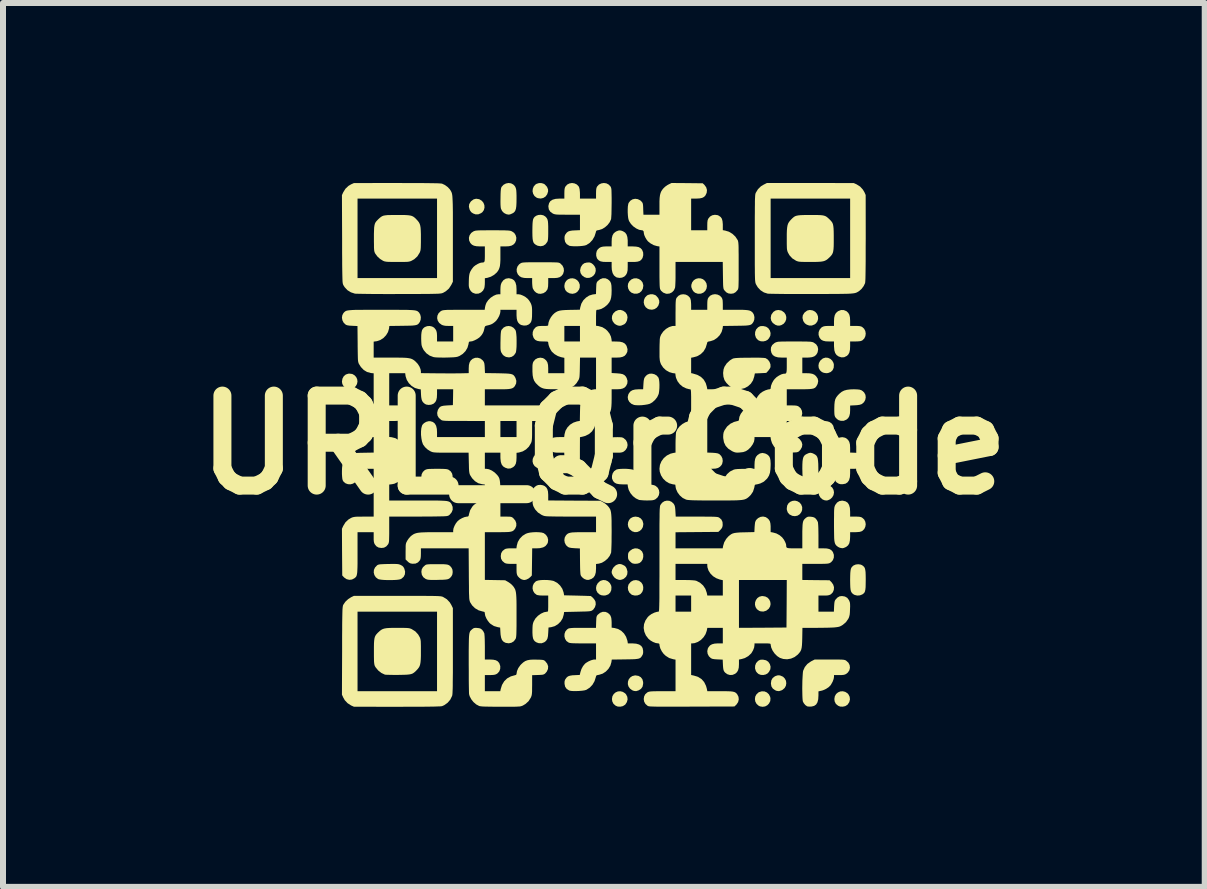
<source format=kicad_pcb>
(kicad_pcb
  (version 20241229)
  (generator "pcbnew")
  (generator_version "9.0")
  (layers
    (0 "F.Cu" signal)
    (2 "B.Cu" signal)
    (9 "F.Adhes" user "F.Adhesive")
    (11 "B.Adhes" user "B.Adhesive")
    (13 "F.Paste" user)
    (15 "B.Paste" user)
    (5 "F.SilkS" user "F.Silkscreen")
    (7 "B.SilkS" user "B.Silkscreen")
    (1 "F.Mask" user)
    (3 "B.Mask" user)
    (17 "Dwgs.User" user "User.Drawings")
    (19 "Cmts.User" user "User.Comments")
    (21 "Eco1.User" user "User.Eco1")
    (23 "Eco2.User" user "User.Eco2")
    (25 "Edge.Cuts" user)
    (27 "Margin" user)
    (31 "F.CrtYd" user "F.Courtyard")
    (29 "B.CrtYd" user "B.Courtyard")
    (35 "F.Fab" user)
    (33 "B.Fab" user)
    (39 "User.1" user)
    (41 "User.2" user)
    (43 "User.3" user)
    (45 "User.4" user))
  (footprint "URL_QrCode"
    (layer "F.Cu")
    (at 7.014 4.365)
    (property "Reference" "URL_QrCode" (at 0 0 0) (layer "F.SilkS") (effects (font (size 1.5 1.5) (thickness 0.3))))
    (attr board_only exclude_from_pos_files exclude_from_bom)
    (fp_poly (pts (xy -4.193 -1.182) (xy -4.156 -1.161) (xy -4.128 -1.131) (xy -4.111 -1.095) (xy -4.106 -1.055) (xy -4.114 -1.015) (xy -4.134 -0.979) (xy -4.169 -0.949) (xy -4.179 -0.943) (xy -4.226 -0.928) (xy -4.269 -0.932) (xy -4.296 -0.944) (xy -4.336 -0.976) (xy -4.358 -1.014) (xy -4.365 -1.053) (xy -4.357 -1.103) (xy -4.335 -1.144) (xy -4.301 -1.173) (xy -4.258 -1.187) (xy -4.24 -1.188)) (stroke (width 0) (type solid)) (fill yes) (layer "F.SilkS"))
    (fp_poly (pts (xy -1.036 -4.363) (xy -0.997 -4.35) (xy -0.983 -4.34) (xy -0.947 -4.301) (xy -0.93 -4.259) (xy -0.929 -4.224) (xy -0.944 -4.177) (xy -0.971 -4.14) (xy -1.008 -4.116) (xy -1.051 -4.106) (xy -1.098 -4.112) (xy -1.121 -4.121) (xy -1.156 -4.148) (xy -1.178 -4.185) (xy -1.188 -4.226) (xy -1.184 -4.268) (xy -1.168 -4.308) (xy -1.139 -4.34) (xy -1.121 -4.351) (xy -1.08 -4.364)) (stroke (width 0) (type solid)) (fill yes) (layer "F.SilkS"))
    (fp_poly (pts (xy -1.003 0.147) (xy -0.967 0.173) (xy -0.941 0.21) (xy -0.93 0.253) (xy -0.933 0.3) (xy -0.951 0.34) (xy -0.981 0.37) (xy -1.019 0.39) (xy -1.062 0.395) (xy -1.107 0.385) (xy -1.117 0.38) (xy -1.154 0.353) (xy -1.178 0.316) (xy -1.188 0.276) (xy -1.185 0.234) (xy -1.169 0.196) (xy -1.141 0.163) (xy -1.101 0.141) (xy -1.091 0.138) (xy -1.045 0.135)) (stroke (width 0) (type solid)) (fill yes) (layer "F.SilkS"))
    (fp_poly (pts (xy -0.756 0.405) (xy -0.732 0.415) (xy -0.698 0.442) (xy -0.676 0.478) (xy -0.666 0.519) (xy -0.67 0.562) (xy -0.687 0.601) (xy -0.716 0.634) (xy -0.726 0.64) (xy -0.766 0.656) (xy -0.81 0.658) (xy -0.851 0.646) (xy -0.871 0.634) (xy -0.906 0.595) (xy -0.923 0.552) (xy -0.924 0.517) (xy -0.909 0.47) (xy -0.882 0.433) (xy -0.845 0.409) (xy -0.802 0.399)) (stroke (width 0) (type solid)) (fill yes) (layer "F.SilkS"))
    (fp_poly (pts (xy -0.481 -2.768) (xy -0.444 -2.745) (xy -0.417 -2.712) (xy -0.401 -2.669) (xy -0.402 -2.622) (xy -0.414 -2.588) (xy -0.441 -2.552) (xy -0.478 -2.528) (xy -0.522 -2.518) (xy -0.568 -2.525) (xy -0.569 -2.525) (xy -0.613 -2.548) (xy -0.642 -2.581) (xy -0.656 -2.624) (xy -0.658 -2.651) (xy -0.65 -2.696) (xy -0.629 -2.732) (xy -0.599 -2.759) (xy -0.561 -2.774) (xy -0.521 -2.777)) (stroke (width 0) (type solid)) (fill yes) (layer "F.SilkS"))
    (fp_poly (pts (xy 0.031 2.256) (xy 0.069 2.274) (xy 0.1 2.303) (xy 0.121 2.341) (xy 0.127 2.37) (xy 0.124 2.42) (xy 0.106 2.461) (xy 0.075 2.491) (xy 0.031 2.508) (xy 0 2.511) (xy -0.04 2.506) (xy -0.071 2.493) (xy -0.105 2.463) (xy -0.125 2.425) (xy -0.13 2.384) (xy -0.122 2.342) (xy -0.1 2.303) (xy -0.065 2.271) (xy -0.052 2.264) (xy -0.011 2.252)) (stroke (width 0) (type solid)) (fill yes) (layer "F.SilkS"))
    (fp_poly (pts (xy 0.316 4.116) (xy 0.354 4.14) (xy 0.37 4.157) (xy 0.391 4.198) (xy 0.396 4.242) (xy 0.384 4.287) (xy 0.358 4.327) (xy 0.352 4.332) (xy 0.317 4.354) (xy 0.275 4.363) (xy 0.231 4.361) (xy 0.197 4.347) (xy 0.161 4.316) (xy 0.141 4.276) (xy 0.135 4.235) (xy 0.143 4.189) (xy 0.165 4.152) (xy 0.196 4.125) (xy 0.234 4.109) (xy 0.275 4.106)) (stroke (width 0) (type solid)) (fill yes) (layer "F.SilkS"))
    (fp_poly (pts (xy 0.577 1.203) (xy 0.616 1.226) (xy 0.644 1.261) (xy 0.657 1.307) (xy 0.658 1.324) (xy 0.65 1.37) (xy 0.628 1.408) (xy 0.596 1.436) (xy 0.557 1.452) (xy 0.515 1.454) (xy 0.472 1.44) (xy 0.466 1.436) (xy 0.43 1.406) (xy 0.408 1.368) (xy 0.4 1.328) (xy 0.405 1.288) (xy 0.421 1.251) (xy 0.448 1.221) (xy 0.486 1.202) (xy 0.527 1.195)) (stroke (width 0) (type solid)) (fill yes) (layer "F.SilkS"))
    (fp_poly (pts (xy 0.584 -2.765) (xy 0.619 -2.741) (xy 0.645 -2.708) (xy 0.657 -2.665) (xy 0.658 -2.652) (xy 0.65 -2.603) (xy 0.628 -2.564) (xy 0.595 -2.535) (xy 0.553 -2.52) (xy 0.506 -2.52) (xy 0.503 -2.521) (xy 0.459 -2.538) (xy 0.427 -2.567) (xy 0.407 -2.604) (xy 0.399 -2.645) (xy 0.404 -2.687) (xy 0.424 -2.725) (xy 0.458 -2.757) (xy 0.5 -2.775) (xy 0.543 -2.777)) (stroke (width 0) (type solid)) (fill yes) (layer "F.SilkS"))
    (fp_poly (pts (xy 0.817 -2.51) (xy 0.857 -2.497) (xy 0.871 -2.487) (xy 0.906 -2.448) (xy 0.923 -2.406) (xy 0.924 -2.37) (xy 0.909 -2.323) (xy 0.882 -2.287) (xy 0.845 -2.263) (xy 0.802 -2.253) (xy 0.756 -2.259) (xy 0.732 -2.268) (xy 0.697 -2.295) (xy 0.675 -2.331) (xy 0.665 -2.373) (xy 0.669 -2.415) (xy 0.685 -2.454) (xy 0.715 -2.486) (xy 0.732 -2.498) (xy 0.774 -2.51)) (stroke (width 0) (type solid)) (fill yes) (layer "F.SilkS"))
    (fp_poly (pts (xy 2.678 4.109) (xy 2.718 4.126) (xy 2.751 4.157) (xy 2.772 4.199) (xy 2.777 4.224) (xy 2.774 4.269) (xy 2.753 4.31) (xy 2.724 4.34) (xy 2.688 4.359) (xy 2.646 4.365) (xy 2.603 4.358) (xy 2.58 4.347) (xy 2.546 4.317) (xy 2.525 4.279) (xy 2.518 4.237) (xy 2.524 4.194) (xy 2.544 4.157) (xy 2.576 4.127) (xy 2.586 4.121) (xy 2.632 4.107)) (stroke (width 0) (type solid)) (fill yes) (layer "F.SilkS"))
    (fp_poly (pts (xy 3.226 0.939) (xy 3.263 0.961) (xy 3.29 0.994) (xy 3.306 1.037) (xy 3.305 1.084) (xy 3.293 1.118) (xy 3.266 1.155) (xy 3.229 1.179) (xy 3.185 1.188) (xy 3.139 1.182) (xy 3.138 1.181) (xy 3.094 1.159) (xy 3.065 1.126) (xy 3.05 1.082) (xy 3.049 1.056) (xy 3.056 1.01) (xy 3.077 0.974) (xy 3.108 0.948) (xy 3.145 0.933) (xy 3.186 0.929)) (stroke (width 0) (type solid)) (fill yes) (layer "F.SilkS"))
    (fp_poly (pts (xy 3.737 -1.451) (xy 3.776 -1.433) (xy 3.807 -1.404) (xy 3.828 -1.365) (xy 3.834 -1.337) (xy 3.831 -1.286) (xy 3.813 -1.245) (xy 3.781 -1.215) (xy 3.738 -1.198) (xy 3.707 -1.195) (xy 3.667 -1.201) (xy 3.635 -1.214) (xy 3.602 -1.244) (xy 3.582 -1.281) (xy 3.577 -1.323) (xy 3.585 -1.365) (xy 3.607 -1.404) (xy 3.642 -1.435) (xy 3.655 -1.443) (xy 3.696 -1.455)) (stroke (width 0) (type solid)) (fill yes) (layer "F.SilkS"))
    (fp_poly (pts (xy 3.761 -0.382) (xy 3.797 -0.357) (xy 3.822 -0.323) (xy 3.835 -0.28) (xy 3.836 -0.265) (xy 3.828 -0.219) (xy 3.805 -0.18) (xy 3.772 -0.152) (xy 3.73 -0.136) (xy 3.685 -0.135) (xy 3.666 -0.139) (xy 3.627 -0.16) (xy 3.598 -0.192) (xy 3.582 -0.231) (xy 3.578 -0.273) (xy 3.587 -0.315) (xy 3.61 -0.353) (xy 3.636 -0.376) (xy 3.678 -0.393) (xy 3.721 -0.394)) (stroke (width 0) (type solid)) (fill yes) (layer "F.SilkS"))
    (fp_poly (pts (xy 4.023 4.116) (xy 4.061 4.14) (xy 4.076 4.157) (xy 4.097 4.198) (xy 4.102 4.242) (xy 4.091 4.287) (xy 4.064 4.327) (xy 4.059 4.332) (xy 4.024 4.354) (xy 3.982 4.363) (xy 3.938 4.361) (xy 3.904 4.347) (xy 3.867 4.316) (xy 3.847 4.276) (xy 3.842 4.235) (xy 3.85 4.189) (xy 3.871 4.152) (xy 3.903 4.125) (xy 3.941 4.109) (xy 3.982 4.106)) (stroke (width 0) (type solid)) (fill yes) (layer "F.SilkS"))
    (fp_poly (pts (xy -2.082 -4.096) (xy -2.071 -4.092) (xy -2.033 -4.068) (xy -2.006 -4.035) (xy -1.991 -3.995) (xy -1.989 -3.954) (xy -2 -3.913) (xy -2.024 -3.879) (xy -2.047 -3.862) (xy -2.092 -3.843) (xy -2.136 -3.842) (xy -2.178 -3.857) (xy -2.209 -3.878) (xy -2.228 -3.904) (xy -2.237 -3.922) (xy -2.249 -3.969) (xy -2.244 -4.012) (xy -2.221 -4.051) (xy -2.21 -4.063) (xy -2.171 -4.092) (xy -2.129 -4.103)) (stroke (width 0) (type solid)) (fill yes) (layer "F.SilkS"))
    (fp_poly (pts (xy -0.21 -3.031) (xy -0.18 -3.009) (xy -0.155 -2.979) (xy -0.139 -2.946) (xy -0.138 -2.945) (xy -0.135 -2.9) (xy -0.146 -2.858) (xy -0.17 -2.824) (xy -0.204 -2.798) (xy -0.243 -2.784) (xy -0.286 -2.783) (xy -0.324 -2.796) (xy -0.364 -2.826) (xy -0.388 -2.864) (xy -0.396 -2.908) (xy -0.386 -2.955) (xy -0.381 -2.967) (xy -0.357 -3.004) (xy -0.326 -3.028) (xy -0.284 -3.039) (xy -0.239 -3.041)) (stroke (width 0) (type solid)) (fill yes) (layer "F.SilkS"))
    (fp_poly (pts (xy 0.578 3.85) (xy 0.616 3.872) (xy 0.643 3.907) (xy 0.655 3.953) (xy 0.655 3.982) (xy 0.645 4.03) (xy 0.62 4.065) (xy 0.58 4.091) (xy 0.577 4.092) (xy 0.538 4.104) (xy 0.501 4.1) (xy 0.473 4.089) (xy 0.435 4.061) (xy 0.411 4.026) (xy 0.4 3.987) (xy 0.402 3.946) (xy 0.415 3.908) (xy 0.44 3.876) (xy 0.474 3.853) (xy 0.518 3.842) (xy 0.529 3.842)) (stroke (width 0) (type solid)) (fill yes) (layer "F.SilkS"))
    (fp_poly (pts (xy 0.584 2.264) (xy 0.589 2.267) (xy 0.624 2.293) (xy 0.647 2.328) (xy 0.657 2.369) (xy 0.655 2.412) (xy 0.64 2.452) (xy 0.612 2.485) (xy 0.6 2.493) (xy 0.561 2.508) (xy 0.517 2.511) (xy 0.475 2.501) (xy 0.459 2.493) (xy 0.425 2.461) (xy 0.405 2.42) (xy 0.4 2.376) (xy 0.41 2.332) (xy 0.417 2.319) (xy 0.45 2.281) (xy 0.49 2.259) (xy 0.536 2.253)) (stroke (width 0) (type solid)) (fill yes) (layer "F.SilkS"))
    (fp_poly (pts (xy 1.615 -2.775) (xy 1.653 -2.761) (xy 1.686 -2.733) (xy 1.71 -2.693) (xy 1.718 -2.648) (xy 1.711 -2.605) (xy 1.691 -2.567) (xy 1.659 -2.538) (xy 1.619 -2.521) (xy 1.574 -2.519) (xy 1.561 -2.521) (xy 1.52 -2.536) (xy 1.49 -2.562) (xy 1.472 -2.593) (xy 1.458 -2.631) (xy 1.458 -2.666) (xy 1.458 -2.667) (xy 1.473 -2.711) (xy 1.5 -2.745) (xy 1.535 -2.767) (xy 1.574 -2.777)) (stroke (width 0) (type solid)) (fill yes) (layer "F.SilkS"))
    (fp_poly (pts (xy 2.692 2.527) (xy 2.73 2.547) (xy 2.757 2.577) (xy 2.774 2.614) (xy 2.779 2.654) (xy 2.771 2.693) (xy 2.749 2.73) (xy 2.713 2.759) (xy 2.705 2.764) (xy 2.659 2.778) (xy 2.612 2.774) (xy 2.588 2.765) (xy 2.551 2.738) (xy 2.529 2.703) (xy 2.519 2.664) (xy 2.521 2.624) (xy 2.535 2.586) (xy 2.559 2.553) (xy 2.592 2.53) (xy 2.635 2.519) (xy 2.644 2.519)) (stroke (width 0) (type solid)) (fill yes) (layer "F.SilkS"))
    (fp_poly (pts (xy 2.955 -2.24) (xy 2.967 -2.235) (xy 3.006 -2.207) (xy 3.03 -2.172) (xy 3.041 -2.132) (xy 3.039 -2.092) (xy 3.024 -2.053) (xy 2.998 -2.02) (xy 2.96 -1.997) (xy 2.928 -1.988) (xy 2.897 -1.988) (xy 2.864 -1.999) (xy 2.855 -2.004) (xy 2.815 -2.033) (xy 2.79 -2.071) (xy 2.781 -2.115) (xy 2.789 -2.161) (xy 2.796 -2.177) (xy 2.826 -2.217) (xy 2.864 -2.241) (xy 2.908 -2.249)) (stroke (width 0) (type solid)) (fill yes) (layer "F.SilkS"))
    (fp_poly (pts (xy 3.478 -2.242) (xy 3.489 -2.238) (xy 3.527 -2.215) (xy 3.554 -2.182) (xy 3.569 -2.142) (xy 3.571 -2.1) (xy 3.56 -2.06) (xy 3.536 -2.026) (xy 3.513 -2.008) (xy 3.468 -1.99) (xy 3.424 -1.989) (xy 3.382 -2.004) (xy 3.352 -2.025) (xy 3.332 -2.051) (xy 3.323 -2.068) (xy 3.311 -2.116) (xy 3.316 -2.159) (xy 3.339 -2.198) (xy 3.35 -2.21) (xy 3.389 -2.239) (xy 3.431 -2.249)) (stroke (width 0) (type solid)) (fill yes) (layer "F.SilkS"))
    (fp_poly (pts (xy 3.733 0.668) (xy 3.773 0.683) (xy 3.806 0.71) (xy 3.828 0.748) (xy 3.836 0.792) (xy 3.828 0.837) (xy 3.805 0.876) (xy 3.772 0.906) (xy 3.732 0.924) (xy 3.707 0.927) (xy 3.676 0.922) (xy 3.646 0.909) (xy 3.644 0.908) (xy 3.609 0.877) (xy 3.587 0.839) (xy 3.578 0.797) (xy 3.583 0.755) (xy 3.601 0.717) (xy 3.633 0.687) (xy 3.643 0.68) (xy 3.688 0.666)) (stroke (width 0) (type solid)) (fill yes) (layer "F.SilkS"))
    (fp_poly (pts (xy 2.944 3.845) (xy 2.987 3.864) (xy 3.017 3.895) (xy 3.036 3.932) (xy 3.041 3.973) (xy 3.034 4.014) (xy 3.014 4.051) (xy 2.98 4.081) (xy 2.959 4.092) (xy 2.919 4.104) (xy 2.882 4.1) (xy 2.855 4.089) (xy 2.816 4.061) (xy 2.793 4.025) (xy 2.785 3.978) (xy 2.785 3.972) (xy 2.792 3.923) (xy 2.814 3.885) (xy 2.851 3.857) (xy 2.867 3.85) (xy 2.898 3.841) (xy 2.926 3.841)) (stroke (width 0) (type solid)) (fill yes) (layer "F.SilkS"))
    (fp_poly (pts (xy 0.826 -0.393) (xy 0.861 -0.379) (xy 0.89 -0.354) (xy 0.911 -0.322) (xy 0.923 -0.286) (xy 0.924 -0.247) (xy 0.913 -0.21) (xy 0.889 -0.176) (xy 0.852 -0.151) (xy 0.822 -0.137) (xy 0.799 -0.132) (xy 0.774 -0.135) (xy 0.754 -0.14) (xy 0.726 -0.155) (xy 0.698 -0.179) (xy 0.677 -0.208) (xy 0.666 -0.235) (xy 0.666 -0.239) (xy 0.669 -0.292) (xy 0.682 -0.331) (xy 0.707 -0.361) (xy 0.739 -0.381) (xy 0.784 -0.395)) (stroke (width 0) (type solid)) (fill yes) (layer "F.SilkS"))
    (fp_poly (pts (xy 2.657 -1.981) (xy 2.704 -1.97) (xy 2.74 -1.946) (xy 2.767 -1.907) (xy 2.779 -1.864) (xy 2.775 -1.82) (xy 2.753 -1.778) (xy 2.73 -1.752) (xy 2.698 -1.734) (xy 2.658 -1.725) (xy 2.616 -1.727) (xy 2.579 -1.741) (xy 2.579 -1.741) (xy 2.554 -1.763) (xy 2.534 -1.789) (xy 2.534 -1.79) (xy 2.52 -1.835) (xy 2.522 -1.882) (xy 2.538 -1.924) (xy 2.569 -1.958) (xy 2.579 -1.965) (xy 2.605 -1.978) (xy 2.636 -1.981)) (stroke (width 0) (type solid)) (fill yes) (layer "F.SilkS"))
    (fp_poly (pts (xy 2.657 3.58) (xy 2.704 3.59) (xy 2.74 3.614) (xy 2.767 3.653) (xy 2.779 3.696) (xy 2.775 3.74) (xy 2.753 3.782) (xy 2.73 3.808) (xy 2.698 3.826) (xy 2.658 3.835) (xy 2.616 3.833) (xy 2.579 3.819) (xy 2.579 3.819) (xy 2.554 3.797) (xy 2.534 3.771) (xy 2.534 3.77) (xy 2.52 3.725) (xy 2.522 3.679) (xy 2.538 3.636) (xy 2.569 3.602) (xy 2.579 3.595) (xy 2.605 3.582) (xy 2.636 3.579)) (stroke (width 0) (type solid)) (fill yes) (layer "F.SilkS"))
    (fp_poly (pts (xy -0.222 0.406) (xy -0.183 0.428) (xy -0.155 0.459) (xy -0.138 0.497) (xy -0.134 0.539) (xy -0.145 0.581) (xy -0.171 0.62) (xy -0.176 0.625) (xy -0.199 0.643) (xy -0.225 0.652) (xy -0.252 0.655) (xy -0.283 0.655) (xy -0.307 0.654) (xy -0.315 0.652) (xy -0.342 0.634) (xy -0.368 0.607) (xy -0.387 0.576) (xy -0.39 0.568) (xy -0.396 0.523) (xy -0.386 0.48) (xy -0.363 0.443) (xy -0.33 0.415) (xy -0.289 0.4) (xy -0.269 0.398)) (stroke (width 0) (type solid)) (fill yes) (layer "F.SilkS"))
    (fp_poly (pts (xy 0.298 1.991) (xy 0.322 2.002) (xy 0.351 2.018) (xy 0.37 2.041) (xy 0.381 2.063) (xy 0.394 2.112) (xy 0.39 2.158) (xy 0.37 2.198) (xy 0.335 2.229) (xy 0.321 2.237) (xy 0.285 2.249) (xy 0.252 2.249) (xy 0.214 2.236) (xy 0.207 2.233) (xy 0.175 2.209) (xy 0.15 2.176) (xy 0.133 2.14) (xy 0.13 2.117) (xy 0.138 2.082) (xy 0.158 2.046) (xy 0.187 2.016) (xy 0.207 2.002) (xy 0.241 1.988) (xy 0.269 1.985)) (stroke (width 0) (type solid)) (fill yes) (layer "F.SilkS"))
    (fp_poly (pts (xy 0.32 -2.237) (xy 0.321 -2.237) (xy 0.361 -2.209) (xy 0.386 -2.171) (xy 0.395 -2.127) (xy 0.387 -2.079) (xy 0.381 -2.063) (xy 0.364 -2.032) (xy 0.343 -2.012) (xy 0.322 -2.002) (xy 0.292 -1.989) (xy 0.268 -1.985) (xy 0.243 -1.988) (xy 0.226 -1.993) (xy 0.199 -2.006) (xy 0.174 -2.025) (xy 0.173 -2.026) (xy 0.145 -2.065) (xy 0.134 -2.109) (xy 0.138 -2.152) (xy 0.158 -2.192) (xy 0.192 -2.225) (xy 0.199 -2.229) (xy 0.24 -2.247) (xy 0.279 -2.25)) (stroke (width 0) (type solid)) (fill yes) (layer "F.SilkS"))
    (fp_poly (pts (xy 0.562 1.727) (xy 0.602 1.744) (xy 0.635 1.774) (xy 0.64 1.782) (xy 0.656 1.823) (xy 0.657 1.868) (xy 0.646 1.911) (xy 0.622 1.947) (xy 0.594 1.969) (xy 0.559 1.979) (xy 0.518 1.982) (xy 0.482 1.976) (xy 0.477 1.974) (xy 0.459 1.963) (xy 0.437 1.943) (xy 0.431 1.937) (xy 0.415 1.918) (xy 0.406 1.898) (xy 0.403 1.872) (xy 0.403 1.853) (xy 0.404 1.821) (xy 0.409 1.799) (xy 0.421 1.781) (xy 0.437 1.764) (xy 0.476 1.737) (xy 0.519 1.724)) (stroke (width 0) (type solid)) (fill yes) (layer "F.SilkS"))
    (fp_poly (pts (xy -3.454 1.985) (xy -3.43 1.987) (xy -3.411 1.991) (xy -3.394 1.998) (xy -3.387 2) (xy -3.358 2.017) (xy -3.339 2.037) (xy -3.325 2.063) (xy -3.312 2.112) (xy -3.316 2.158) (xy -3.336 2.198) (xy -3.371 2.229) (xy -3.386 2.237) (xy -3.411 2.244) (xy -3.45 2.249) (xy -3.498 2.252) (xy -3.553 2.253) (xy -3.609 2.253) (xy -3.663 2.251) (xy -3.709 2.247) (xy -3.745 2.241) (xy -3.762 2.236) (xy -3.8 2.207) (xy -3.824 2.17) (xy -3.835 2.128) (xy -3.832 2.084) (xy -3.814 2.044) (xy -3.782 2.01) (xy -3.775 2.004) (xy -3.763 1.998) (xy -3.746 1.993) (xy -3.723 1.99) (xy -3.689 1.988) (xy -3.642 1.986) (xy -3.59 1.985) (xy -3.53 1.984) (xy -3.486 1.984)) (stroke (width 0) (type solid)) (fill yes) (layer "F.SilkS"))
    (fp_poly (pts (xy -1.546 -4.359) (xy -1.51 -4.34) (xy -1.491 -4.322) (xy -1.477 -4.303) (xy -1.467 -4.279) (xy -1.46 -4.249) (xy -1.457 -4.208) (xy -1.455 -4.154) (xy -1.455 -4.103) (xy -1.456 -4.033) (xy -1.459 -3.978) (xy -1.465 -3.937) (xy -1.475 -3.906) (xy -1.489 -3.884) (xy -1.508 -3.867) (xy -1.531 -3.855) (xy -1.562 -3.842) (xy -1.585 -3.838) (xy -1.61 -3.842) (xy -1.627 -3.846) (xy -1.665 -3.866) (xy -1.696 -3.898) (xy -1.715 -3.938) (xy -1.719 -3.961) (xy -1.722 -4.001) (xy -1.723 -4.053) (xy -1.722 -4.115) (xy -1.722 -4.124) (xy -1.721 -4.183) (xy -1.719 -4.227) (xy -1.716 -4.258) (xy -1.712 -4.28) (xy -1.707 -4.295) (xy -1.702 -4.303) (xy -1.671 -4.336) (xy -1.631 -4.357) (xy -1.588 -4.365)) (stroke (width 0) (type solid)) (fill yes) (layer "F.SilkS"))
    (fp_poly (pts (xy -1.544 -1.974) (xy -1.506 -1.952) (xy -1.475 -1.917) (xy -1.471 -1.909) (xy -1.464 -1.885) (xy -1.459 -1.846) (xy -1.455 -1.798) (xy -1.454 -1.743) (xy -1.454 -1.687) (xy -1.455 -1.633) (xy -1.459 -1.586) (xy -1.464 -1.55) (xy -1.47 -1.533) (xy -1.498 -1.493) (xy -1.535 -1.468) (xy -1.579 -1.458) (xy -1.626 -1.465) (xy -1.647 -1.474) (xy -1.681 -1.498) (xy -1.705 -1.534) (xy -1.705 -1.534) (xy -1.713 -1.55) (xy -1.718 -1.567) (xy -1.721 -1.587) (xy -1.723 -1.613) (xy -1.723 -1.65) (xy -1.723 -1.7) (xy -1.722 -1.736) (xy -1.721 -1.796) (xy -1.719 -1.841) (xy -1.716 -1.873) (xy -1.713 -1.895) (xy -1.708 -1.911) (xy -1.702 -1.921) (xy -1.67 -1.956) (xy -1.63 -1.976) (xy -1.587 -1.982)) (stroke (width 0) (type solid)) (fill yes) (layer "F.SilkS"))
    (fp_poly (pts (xy 3.473 0.137) (xy 3.498 0.148) (xy 3.523 0.162) (xy 3.542 0.178) (xy 3.555 0.198) (xy 3.565 0.227) (xy 3.57 0.265) (xy 3.574 0.317) (xy 3.575 0.376) (xy 3.576 0.446) (xy 3.575 0.5) (xy 3.571 0.542) (xy 3.564 0.573) (xy 3.553 0.598) (xy 3.538 0.618) (xy 3.531 0.625) (xy 3.508 0.643) (xy 3.481 0.652) (xy 3.454 0.655) (xy 3.423 0.655) (xy 3.396 0.652) (xy 3.387 0.65) (xy 3.359 0.63) (xy 3.333 0.6) (xy 3.318 0.572) (xy 3.315 0.553) (xy 3.312 0.52) (xy 3.31 0.475) (xy 3.309 0.423) (xy 3.308 0.396) (xy 3.309 0.326) (xy 3.312 0.272) (xy 3.318 0.232) (xy 3.327 0.202) (xy 3.341 0.18) (xy 3.36 0.163) (xy 3.384 0.15) (xy 3.419 0.135) (xy 3.445 0.131)) (stroke (width 0) (type solid)) (fill yes) (layer "F.SilkS"))
    (fp_poly (pts (xy -2.719 0.399) (xy -2.673 0.4) (xy -2.639 0.402) (xy -2.615 0.405) (xy -2.598 0.41) (xy -2.586 0.415) (xy -2.551 0.442) (xy -2.529 0.478) (xy -2.52 0.519) (xy -2.523 0.562) (xy -2.54 0.601) (xy -2.57 0.634) (xy -2.579 0.64) (xy -2.591 0.646) (xy -2.606 0.651) (xy -2.625 0.654) (xy -2.653 0.656) (xy -2.691 0.657) (xy -2.743 0.658) (xy -2.78 0.658) (xy -2.842 0.658) (xy -2.888 0.657) (xy -2.922 0.655) (xy -2.945 0.653) (xy -2.962 0.649) (xy -2.975 0.643) (xy -2.98 0.641) (xy -3.014 0.61) (xy -3.035 0.572) (xy -3.042 0.53) (xy -3.036 0.488) (xy -3.016 0.45) (xy -2.984 0.42) (xy -2.974 0.415) (xy -2.96 0.409) (xy -2.941 0.404) (xy -2.915 0.401) (xy -2.88 0.4) (xy -2.832 0.399) (xy -2.78 0.398)) (stroke (width 0) (type solid)) (fill yes) (layer "F.SilkS"))
    (fp_poly (pts (xy -1.009 -3.827) (xy -0.977 -3.808) (xy -0.977 -3.808) (xy -0.96 -3.791) (xy -0.947 -3.773) (xy -0.938 -3.753) (xy -0.932 -3.726) (xy -0.929 -3.691) (xy -0.927 -3.643) (xy -0.927 -3.58) (xy -0.927 -3.575) (xy -0.927 -3.514) (xy -0.928 -3.469) (xy -0.93 -3.436) (xy -0.933 -3.412) (xy -0.938 -3.394) (xy -0.943 -3.383) (xy -0.972 -3.344) (xy -1.01 -3.319) (xy -1.055 -3.311) (xy -1.101 -3.319) (xy -1.117 -3.326) (xy -1.141 -3.34) (xy -1.159 -3.355) (xy -1.172 -3.373) (xy -1.181 -3.399) (xy -1.187 -3.434) (xy -1.19 -3.48) (xy -1.191 -3.542) (xy -1.191 -3.572) (xy -1.19 -3.641) (xy -1.188 -3.693) (xy -1.184 -3.733) (xy -1.178 -3.762) (xy -1.167 -3.784) (xy -1.153 -3.801) (xy -1.133 -3.815) (xy -1.128 -3.819) (xy -1.092 -3.832) (xy -1.05 -3.835)) (stroke (width 0) (type solid)) (fill yes) (layer "F.SilkS"))
    (fp_poly (pts (xy 4.281 1.995) (xy 4.304 2.005) (xy 4.324 2.02) (xy 4.339 2.035) (xy 4.35 2.055) (xy 4.357 2.082) (xy 4.362 2.118) (xy 4.364 2.167) (xy 4.365 2.23) (xy 4.365 2.25) (xy 4.364 2.318) (xy 4.363 2.371) (xy 4.359 2.41) (xy 4.353 2.439) (xy 4.344 2.46) (xy 4.331 2.475) (xy 4.313 2.489) (xy 4.306 2.493) (xy 4.267 2.508) (xy 4.223 2.511) (xy 4.182 2.501) (xy 4.165 2.493) (xy 4.145 2.478) (xy 4.13 2.461) (xy 4.119 2.44) (xy 4.112 2.412) (xy 4.108 2.373) (xy 4.106 2.322) (xy 4.105 2.255) (xy 4.105 2.254) (xy 4.106 2.186) (xy 4.108 2.133) (xy 4.112 2.094) (xy 4.118 2.065) (xy 4.128 2.043) (xy 4.143 2.026) (xy 4.161 2.01) (xy 4.161 2.01) (xy 4.198 1.994) (xy 4.24 1.989)) (stroke (width 0) (type solid)) (fill yes) (layer "F.SilkS"))
    (fp_poly (pts (xy -2.714 1.988) (xy -2.664 1.989) (xy -2.627 1.992) (xy -2.6 1.997) (xy -2.579 2.006) (xy -2.563 2.018) (xy -2.548 2.035) (xy -2.537 2.049) (xy -2.523 2.08) (xy -2.519 2.119) (xy -2.524 2.158) (xy -2.537 2.185) (xy -2.553 2.206) (xy -2.569 2.222) (xy -2.587 2.233) (xy -2.611 2.241) (xy -2.643 2.245) (xy -2.686 2.248) (xy -2.744 2.249) (xy -2.769 2.25) (xy -2.829 2.251) (xy -2.874 2.251) (xy -2.906 2.249) (xy -2.929 2.247) (xy -2.947 2.243) (xy -2.962 2.237) (xy -2.97 2.234) (xy -3.009 2.205) (xy -3.033 2.166) (xy -3.041 2.117) (xy -3.041 2.116) (xy -3.035 2.074) (xy -3.015 2.039) (xy -2.98 2.007) (xy -2.97 2) (xy -2.958 1.995) (xy -2.942 1.992) (xy -2.918 1.99) (xy -2.884 1.988) (xy -2.837 1.988) (xy -2.78 1.988)) (stroke (width 0) (type solid)) (fill yes) (layer "F.SilkS"))
    (fp_poly (pts (xy 0.843 -1.178) (xy 0.88 -1.157) (xy 0.907 -1.126) (xy 0.912 -1.117) (xy 0.92 -1.089) (xy 0.925 -1.048) (xy 0.927 -0.999) (xy 0.926 -0.947) (xy 0.922 -0.898) (xy 0.916 -0.857) (xy 0.913 -0.846) (xy 0.89 -0.796) (xy 0.853 -0.749) (xy 0.808 -0.709) (xy 0.768 -0.686) (xy 0.733 -0.676) (xy 0.686 -0.668) (xy 0.633 -0.662) (xy 0.58 -0.66) (xy 0.533 -0.662) (xy 0.503 -0.666) (xy 0.458 -0.686) (xy 0.425 -0.717) (xy 0.404 -0.755) (xy 0.398 -0.797) (xy 0.408 -0.841) (xy 0.42 -0.863) (xy 0.445 -0.893) (xy 0.478 -0.912) (xy 0.521 -0.923) (xy 0.579 -0.927) (xy 0.58 -0.927) (xy 0.655 -0.927) (xy 0.66 -1.015) (xy 0.664 -1.066) (xy 0.671 -1.103) (xy 0.684 -1.13) (xy 0.703 -1.152) (xy 0.724 -1.17) (xy 0.76 -1.186) (xy 0.801 -1.188)) (stroke (width 0) (type solid)) (fill yes) (layer "F.SilkS"))
    (fp_poly (pts (xy 4.222 -0.925) (xy 4.261 -0.921) (xy 4.291 -0.912) (xy 4.315 -0.896) (xy 4.338 -0.874) (xy 4.34 -0.871) (xy 4.36 -0.834) (xy 4.365 -0.792) (xy 4.357 -0.75) (xy 4.336 -0.712) (xy 4.303 -0.683) (xy 4.298 -0.68) (xy 4.266 -0.669) (xy 4.22 -0.662) (xy 4.186 -0.66) (xy 4.105 -0.656) (xy 4.105 -0.58) (xy 4.102 -0.523) (xy 4.091 -0.479) (xy 4.072 -0.446) (xy 4.042 -0.42) (xy 4.041 -0.42) (xy 3.999 -0.402) (xy 3.952 -0.401) (xy 3.914 -0.412) (xy 3.89 -0.428) (xy 3.866 -0.451) (xy 3.863 -0.455) (xy 3.854 -0.469) (xy 3.848 -0.484) (xy 3.844 -0.503) (xy 3.842 -0.529) (xy 3.841 -0.568) (xy 3.841 -0.607) (xy 3.843 -0.672) (xy 3.848 -0.722) (xy 3.858 -0.762) (xy 3.876 -0.796) (xy 3.901 -0.828) (xy 3.929 -0.856) (xy 3.965 -0.885) (xy 4.004 -0.905) (xy 4.051 -0.918) (xy 4.108 -0.925) (xy 4.168 -0.927)) (stroke (width 0) (type solid)) (fill yes) (layer "F.SilkS"))
    (fp_poly (pts (xy 2.576 -1.454) (xy 2.628 -1.452) (xy 2.665 -1.45) (xy 2.689 -1.447) (xy 2.698 -1.445) (xy 2.734 -1.421) (xy 2.761 -1.385) (xy 2.777 -1.343) (xy 2.778 -1.299) (xy 2.776 -1.292) (xy 2.766 -1.271) (xy 2.748 -1.246) (xy 2.739 -1.234) (xy 2.707 -1.2) (xy 2.612 -1.195) (xy 2.517 -1.191) (xy 2.507 -1.14) (xy 2.486 -1.075) (xy 2.45 -1.02) (xy 2.403 -0.977) (xy 2.347 -0.946) (xy 2.284 -0.931) (xy 2.217 -0.93) (xy 2.167 -0.941) (xy 2.125 -0.961) (xy 2.081 -0.994) (xy 2.042 -1.034) (xy 2.013 -1.076) (xy 2.01 -1.082) (xy 1.993 -1.137) (xy 1.988 -1.198) (xy 1.995 -1.258) (xy 2.01 -1.301) (xy 2.049 -1.36) (xy 2.102 -1.409) (xy 2.134 -1.429) (xy 2.146 -1.436) (xy 2.159 -1.441) (xy 2.175 -1.444) (xy 2.196 -1.447) (xy 2.225 -1.449) (xy 2.263 -1.451) (xy 2.314 -1.452) (xy 2.38 -1.453) (xy 2.422 -1.453) (xy 2.508 -1.454)) (stroke (width 0) (type solid)) (fill yes) (layer "F.SilkS"))
    (fp_poly (pts (xy 0.264 -0.128) (xy 0.29 -0.127) (xy 0.308 -0.123) (xy 0.323 -0.117) (xy 0.331 -0.112) (xy 0.368 -0.08) (xy 0.389 -0.04) (xy 0.396 0.003) (xy 0.387 0.046) (xy 0.363 0.084) (xy 0.335 0.109) (xy 0.317 0.119) (xy 0.297 0.125) (xy 0.271 0.129) (xy 0.233 0.13) (xy 0.216 0.13) (xy 0.13 0.13) (xy 0.13 0.215) (xy 0.129 0.261) (xy 0.126 0.292) (xy 0.12 0.315) (xy 0.112 0.331) (xy 0.08 0.367) (xy 0.041 0.389) (xy -0.003 0.396) (xy -0.047 0.387) (xy -0.055 0.383) (xy -0.082 0.363) (xy -0.106 0.338) (xy -0.109 0.334) (xy -0.118 0.319) (xy -0.124 0.305) (xy -0.128 0.288) (xy -0.129 0.263) (xy -0.129 0.227) (xy -0.128 0.176) (xy -0.126 0.117) (xy -0.122 0.072) (xy -0.114 0.037) (xy -0.103 0.009) (xy -0.085 -0.017) (xy -0.061 -0.045) (xy -0.057 -0.049) (xy -0.028 -0.077) (xy -0.001 -0.098) (xy 0.03 -0.111) (xy 0.066 -0.12) (xy 0.114 -0.125) (xy 0.176 -0.128) (xy 0.176 -0.128) (xy 0.228 -0.129)) (stroke (width 0) (type solid)) (fill yes) (layer "F.SilkS"))
    (fp_poly (pts (xy 0.38 0.399) (xy 0.428 0.403) (xy 0.468 0.409) (xy 0.484 0.413) (xy 0.531 0.436) (xy 0.575 0.471) (xy 0.613 0.514) (xy 0.641 0.56) (xy 0.656 0.606) (xy 0.658 0.627) (xy 0.658 0.655) (xy 0.745 0.66) (xy 0.792 0.663) (xy 0.826 0.669) (xy 0.851 0.677) (xy 0.865 0.685) (xy 0.899 0.715) (xy 0.919 0.754) (xy 0.925 0.796) (xy 0.917 0.838) (xy 0.895 0.876) (xy 0.86 0.906) (xy 0.852 0.91) (xy 0.832 0.918) (xy 0.807 0.923) (xy 0.772 0.925) (xy 0.722 0.926) (xy 0.718 0.926) (xy 0.673 0.925) (xy 0.633 0.922) (xy 0.601 0.919) (xy 0.587 0.917) (xy 0.534 0.892) (xy 0.485 0.854) (xy 0.444 0.805) (xy 0.415 0.751) (xy 0.402 0.703) (xy 0.396 0.658) (xy 0.312 0.658) (xy 0.256 0.655) (xy 0.214 0.647) (xy 0.183 0.632) (xy 0.159 0.608) (xy 0.152 0.597) (xy 0.136 0.558) (xy 0.136 0.515) (xy 0.148 0.473) (xy 0.172 0.437) (xy 0.207 0.413) (xy 0.21 0.411) (xy 0.238 0.404) (xy 0.279 0.4) (xy 0.328 0.398)) (stroke (width 0) (type solid)) (fill yes) (layer "F.SilkS"))
    (fp_poly (pts (xy -1.078 1.456) (xy -1.035 1.461) (xy -1.005 1.47) (xy -1.001 1.471) (xy -0.964 1.5) (xy -0.939 1.538) (xy -0.928 1.582) (xy -0.933 1.627) (xy -0.943 1.649) (xy -0.971 1.684) (xy -1.011 1.708) (xy -1.065 1.721) (xy -1.118 1.724) (xy -1.194 1.724) (xy -1.197 1.95) (xy -1.2 2.176) (xy -1.223 2.201) (xy -1.255 2.227) (xy -1.294 2.246) (xy -1.327 2.252) (xy -1.349 2.248) (xy -1.377 2.238) (xy -1.381 2.236) (xy -1.408 2.216) (xy -1.432 2.191) (xy -1.434 2.188) (xy -1.444 2.17) (xy -1.45 2.151) (xy -1.454 2.124) (xy -1.455 2.087) (xy -1.455 2.07) (xy -1.455 1.983) (xy -1.541 1.983) (xy -1.586 1.982) (xy -1.617 1.979) (xy -1.64 1.973) (xy -1.656 1.965) (xy -1.692 1.934) (xy -1.713 1.896) (xy -1.718 1.853) (xy -1.711 1.806) (xy -1.689 1.768) (xy -1.656 1.742) (xy -1.637 1.732) (xy -1.612 1.727) (xy -1.579 1.724) (xy -1.542 1.724) (xy -1.457 1.724) (xy -1.451 1.68) (xy -1.434 1.618) (xy -1.401 1.563) (xy -1.356 1.516) (xy -1.3 1.481) (xy -1.266 1.469) (xy -1.227 1.461) (xy -1.179 1.456) (xy -1.128 1.454)) (stroke (width 0) (type solid)) (fill yes) (layer "F.SilkS"))
    (fp_poly (pts (xy -0.972 -3.044) (xy -0.905 -3.044) (xy -0.853 -3.043) (xy -0.813 -3.042) (xy -0.784 -3.041) (xy -0.763 -3.039) (xy -0.749 -3.036) (xy -0.738 -3.032) (xy -0.73 -3.028) (xy -0.726 -3.025) (xy -0.689 -2.988) (xy -0.669 -2.945) (xy -0.665 -2.899) (xy -0.678 -2.853) (xy -0.685 -2.841) (xy -0.708 -2.814) (xy -0.737 -2.795) (xy -0.777 -2.784) (xy -0.83 -2.78) (xy -0.847 -2.78) (xy -0.927 -2.78) (xy -0.927 -2.7) (xy -0.929 -2.642) (xy -0.937 -2.602) (xy -0.941 -2.59) (xy -0.968 -2.554) (xy -1.006 -2.529) (xy -1.052 -2.518) (xy -1.092 -2.521) (xy -1.129 -2.538) (xy -1.16 -2.567) (xy -1.182 -2.604) (xy -1.187 -2.619) (xy -1.191 -2.648) (xy -1.194 -2.686) (xy -1.195 -2.717) (xy -1.195 -2.78) (xy -1.272 -2.78) (xy -1.329 -2.783) (xy -1.373 -2.793) (xy -1.406 -2.812) (xy -1.432 -2.841) (xy -1.434 -2.844) (xy -1.451 -2.885) (xy -1.453 -2.93) (xy -1.44 -2.972) (xy -1.413 -3.008) (xy -1.39 -3.025) (xy -1.38 -3.03) (xy -1.369 -3.035) (xy -1.355 -3.038) (xy -1.336 -3.04) (xy -1.309 -3.042) (xy -1.273 -3.043) (xy -1.225 -3.044) (xy -1.164 -3.044) (xy -1.087 -3.044) (xy -1.055 -3.044)) (stroke (width 0) (type solid)) (fill yes) (layer "F.SilkS"))
    (fp_poly (pts (xy 3.983 0.93) (xy 4.029 0.941) (xy 4.064 0.964) (xy 4.087 1) (xy 4.101 1.05) (xy 4.105 1.114) (xy 4.105 1.195) (xy 4.191 1.195) (xy 4.236 1.196) (xy 4.267 1.199) (xy 4.29 1.205) (xy 4.306 1.214) (xy 4.339 1.243) (xy 4.358 1.281) (xy 4.365 1.323) (xy 4.358 1.365) (xy 4.34 1.403) (xy 4.309 1.433) (xy 4.296 1.44) (xy 4.263 1.45) (xy 4.213 1.454) (xy 4.185 1.455) (xy 4.105 1.455) (xy 4.105 1.531) (xy 4.101 1.593) (xy 4.091 1.64) (xy 4.071 1.674) (xy 4.042 1.698) (xy 4.029 1.705) (xy 3.998 1.718) (xy 3.975 1.722) (xy 3.95 1.718) (xy 3.933 1.714) (xy 3.905 1.701) (xy 3.884 1.685) (xy 3.871 1.673) (xy 3.861 1.659) (xy 3.853 1.643) (xy 3.847 1.622) (xy 3.842 1.594) (xy 3.839 1.556) (xy 3.838 1.508) (xy 3.837 1.446) (xy 3.836 1.369) (xy 3.836 1.323) (xy 3.836 1.243) (xy 3.837 1.18) (xy 3.837 1.13) (xy 3.838 1.093) (xy 3.84 1.065) (xy 3.842 1.044) (xy 3.846 1.029) (xy 3.85 1.016) (xy 3.856 1.004) (xy 3.857 1.001) (xy 3.887 0.961) (xy 3.925 0.937) (xy 3.971 0.929)) (stroke (width 0) (type solid)) (fill yes) (layer "F.SilkS"))
    (fp_poly (pts (xy 4.019 -0.12) (xy 4.041 -0.109) (xy 4.071 -0.083) (xy 4.091 -0.05) (xy 4.102 -0.007) (xy 4.105 0.05) (xy 4.105 0.052) (xy 4.105 0.128) (xy 4.192 0.131) (xy 4.244 0.135) (xy 4.283 0.143) (xy 4.311 0.156) (xy 4.332 0.177) (xy 4.347 0.197) (xy 4.359 0.224) (xy 4.363 0.255) (xy 4.362 0.276) (xy 4.352 0.322) (xy 4.33 0.356) (xy 4.295 0.38) (xy 4.246 0.394) (xy 4.181 0.398) (xy 4.18 0.398) (xy 4.105 0.398) (xy 4.105 0.473) (xy 4.101 0.538) (xy 4.087 0.588) (xy 4.063 0.623) (xy 4.029 0.646) (xy 3.983 0.655) (xy 3.982 0.655) (xy 3.946 0.655) (xy 3.918 0.648) (xy 3.904 0.64) (xy 3.888 0.63) (xy 3.874 0.62) (xy 3.864 0.608) (xy 3.856 0.593) (xy 3.85 0.572) (xy 3.846 0.543) (xy 3.843 0.506) (xy 3.842 0.456) (xy 3.841 0.393) (xy 3.841 0.315) (xy 3.841 0.264) (xy 3.841 0.18) (xy 3.841 0.112) (xy 3.842 0.059) (xy 3.843 0.018) (xy 3.844 -0.012) (xy 3.847 -0.034) (xy 3.849 -0.049) (xy 3.853 -0.06) (xy 3.858 -0.068) (xy 3.858 -0.068) (xy 3.89 -0.102) (xy 3.931 -0.123) (xy 3.975 -0.129)) (stroke (width 0) (type solid)) (fill yes) (layer "F.SilkS"))
    (fp_poly (pts (xy 3.836 3.577) (xy 3.894 3.577) (xy 3.938 3.578) (xy 3.971 3.579) (xy 3.995 3.581) (xy 4.011 3.584) (xy 4.024 3.588) (xy 4.034 3.593) (xy 4.041 3.598) (xy 4.077 3.631) (xy 4.097 3.671) (xy 4.102 3.714) (xy 4.092 3.757) (xy 4.067 3.794) (xy 4.037 3.818) (xy 4.018 3.827) (xy 3.995 3.833) (xy 3.961 3.836) (xy 3.922 3.836) (xy 3.836 3.836) (xy 3.836 3.867) (xy 3.83 3.901) (xy 3.815 3.943) (xy 3.792 3.985) (xy 3.78 4.005) (xy 3.747 4.038) (xy 3.703 4.067) (xy 3.652 4.09) (xy 3.627 4.097) (xy 3.577 4.108) (xy 3.577 4.174) (xy 3.573 4.24) (xy 3.56 4.291) (xy 3.538 4.327) (xy 3.505 4.35) (xy 3.462 4.361) (xy 3.454 4.361) (xy 3.423 4.362) (xy 3.396 4.359) (xy 3.387 4.356) (xy 3.359 4.337) (xy 3.333 4.306) (xy 3.318 4.278) (xy 3.314 4.258) (xy 3.311 4.222) (xy 3.309 4.174) (xy 3.308 4.118) (xy 3.307 4.057) (xy 3.308 3.993) (xy 3.309 3.931) (xy 3.312 3.874) (xy 3.315 3.825) (xy 3.318 3.787) (xy 3.322 3.764) (xy 3.35 3.702) (xy 3.392 3.651) (xy 3.45 3.61) (xy 3.455 3.607) (xy 3.514 3.577) (xy 3.762 3.577)) (stroke (width 0) (type solid)) (fill yes) (layer "F.SilkS"))
    (fp_poly (pts (xy 0.298 -3.569) (xy 0.322 -3.559) (xy 0.355 -3.538) (xy 0.378 -3.507) (xy 0.392 -3.465) (xy 0.398 -3.409) (xy 0.398 -3.385) (xy 0.398 -3.308) (xy 0.478 -3.308) (xy 0.536 -3.305) (xy 0.579 -3.297) (xy 0.611 -3.28) (xy 0.635 -3.255) (xy 0.639 -3.248) (xy 0.655 -3.208) (xy 0.657 -3.162) (xy 0.646 -3.119) (xy 0.64 -3.107) (xy 0.62 -3.081) (xy 0.595 -3.064) (xy 0.561 -3.054) (xy 0.514 -3.049) (xy 0.482 -3.049) (xy 0.398 -3.049) (xy 0.398 -2.968) (xy 0.396 -2.909) (xy 0.386 -2.865) (xy 0.368 -2.832) (xy 0.341 -2.805) (xy 0.341 -2.805) (xy 0.304 -2.788) (xy 0.261 -2.783) (xy 0.219 -2.79) (xy 0.204 -2.796) (xy 0.169 -2.824) (xy 0.146 -2.864) (xy 0.133 -2.918) (xy 0.13 -2.972) (xy 0.13 -3.049) (xy 0.044 -3.049) (xy -0.012 -3.051) (xy -0.054 -3.059) (xy -0.084 -3.075) (xy -0.107 -3.098) (xy -0.116 -3.115) (xy -0.127 -3.152) (xy -0.127 -3.194) (xy -0.117 -3.234) (xy -0.101 -3.258) (xy -0.075 -3.282) (xy -0.048 -3.297) (xy -0.013 -3.305) (xy 0.034 -3.308) (xy 0.051 -3.308) (xy 0.13 -3.308) (xy 0.13 -3.384) (xy 0.133 -3.446) (xy 0.145 -3.493) (xy 0.166 -3.528) (xy 0.198 -3.553) (xy 0.207 -3.558) (xy 0.241 -3.572) (xy 0.269 -3.575)) (stroke (width 0) (type solid)) (fill yes) (layer "F.SilkS"))
    (fp_poly (pts (xy 3.999 -2.247) (xy 4.043 -2.229) (xy 4.048 -2.225) (xy 4.074 -2.2) (xy 4.092 -2.168) (xy 4.102 -2.125) (xy 4.105 -2.068) (xy 4.105 -2.063) (xy 4.105 -1.983) (xy 4.191 -1.983) (xy 4.236 -1.982) (xy 4.267 -1.979) (xy 4.29 -1.973) (xy 4.306 -1.965) (xy 4.338 -1.936) (xy 4.358 -1.898) (xy 4.365 -1.855) (xy 4.359 -1.813) (xy 4.341 -1.774) (xy 4.311 -1.744) (xy 4.301 -1.738) (xy 4.273 -1.729) (xy 4.231 -1.725) (xy 4.189 -1.724) (xy 4.105 -1.724) (xy 4.105 -1.644) (xy 4.102 -1.586) (xy 4.093 -1.542) (xy 4.076 -1.509) (xy 4.051 -1.483) (xy 4.048 -1.482) (xy 4.005 -1.461) (xy 3.959 -1.459) (xy 3.913 -1.474) (xy 3.879 -1.498) (xy 3.856 -1.531) (xy 3.842 -1.575) (xy 3.837 -1.634) (xy 3.836 -1.648) (xy 3.836 -1.724) (xy 3.755 -1.724) (xy 3.698 -1.726) (xy 3.655 -1.736) (xy 3.623 -1.753) (xy 3.6 -1.779) (xy 3.594 -1.789) (xy 3.579 -1.833) (xy 3.58 -1.879) (xy 3.596 -1.92) (xy 3.624 -1.954) (xy 3.642 -1.966) (xy 3.666 -1.976) (xy 3.697 -1.981) (xy 3.741 -1.983) (xy 3.755 -1.983) (xy 3.836 -1.983) (xy 3.836 -2.057) (xy 3.839 -2.117) (xy 3.849 -2.162) (xy 3.867 -2.196) (xy 3.894 -2.221) (xy 3.907 -2.23) (xy 3.954 -2.248)) (stroke (width 0) (type solid)) (fill yes) (layer "F.SilkS"))
    (fp_poly (pts (xy -3.377 3.049) (xy -3.327 3.05) (xy -3.29 3.051) (xy -3.263 3.053) (xy -3.242 3.056) (xy -3.225 3.061) (xy -3.209 3.067) (xy -3.201 3.071) (xy -3.142 3.108) (xy -3.095 3.159) (xy -3.071 3.201) (xy -3.063 3.218) (xy -3.058 3.234) (xy -3.054 3.252) (xy -3.051 3.276) (xy -3.05 3.309) (xy -3.049 3.352) (xy -3.049 3.41) (xy -3.049 3.443) (xy -3.049 3.517) (xy -3.051 3.575) (xy -3.055 3.621) (xy -3.061 3.657) (xy -3.07 3.686) (xy -3.083 3.71) (xy -3.1 3.733) (xy -3.121 3.756) (xy -3.144 3.779) (xy -3.166 3.797) (xy -3.188 3.811) (xy -3.213 3.82) (xy -3.245 3.826) (xy -3.287 3.83) (xy -3.341 3.832) (xy -3.409 3.833) (xy -3.429 3.834) (xy -3.489 3.834) (xy -3.544 3.833) (xy -3.591 3.832) (xy -3.627 3.831) (xy -3.648 3.829) (xy -3.651 3.828) (xy -3.708 3.801) (xy -3.76 3.76) (xy -3.803 3.708) (xy -3.815 3.688) (xy -3.82 3.676) (xy -3.824 3.661) (xy -3.827 3.642) (xy -3.83 3.615) (xy -3.831 3.578) (xy -3.832 3.528) (xy -3.832 3.463) (xy -3.832 3.443) (xy -3.832 3.368) (xy -3.831 3.309) (xy -3.828 3.263) (xy -3.823 3.227) (xy -3.816 3.2) (xy -3.805 3.177) (xy -3.79 3.156) (xy -3.771 3.135) (xy -3.756 3.121) (xy -3.732 3.099) (xy -3.709 3.082) (xy -3.684 3.069) (xy -3.655 3.06) (xy -3.618 3.054) (xy -3.572 3.051) (xy -3.512 3.049) (xy -3.443 3.049)) (stroke (width 0) (type solid)) (fill yes) (layer "F.SilkS"))
    (fp_poly (pts (xy 3.516 -3.832) (xy 3.574 -3.831) (xy 3.618 -3.829) (xy 3.652 -3.825) (xy 3.679 -3.818) (xy 3.701 -3.809) (xy 3.72 -3.796) (xy 3.741 -3.778) (xy 3.756 -3.764) (xy 3.779 -3.741) (xy 3.796 -3.721) (xy 3.81 -3.7) (xy 3.819 -3.676) (xy 3.825 -3.645) (xy 3.829 -3.606) (xy 3.831 -3.555) (xy 3.832 -3.49) (xy 3.832 -3.443) (xy 3.832 -3.368) (xy 3.831 -3.309) (xy 3.828 -3.263) (xy 3.823 -3.227) (xy 3.816 -3.2) (xy 3.805 -3.177) (xy 3.79 -3.156) (xy 3.771 -3.135) (xy 3.756 -3.121) (xy 3.732 -3.099) (xy 3.709 -3.082) (xy 3.684 -3.069) (xy 3.655 -3.06) (xy 3.618 -3.054) (xy 3.572 -3.051) (xy 3.512 -3.049) (xy 3.443 -3.049) (xy 3.377 -3.049) (xy 3.327 -3.05) (xy 3.29 -3.051) (xy 3.263 -3.053) (xy 3.242 -3.056) (xy 3.225 -3.061) (xy 3.209 -3.067) (xy 3.201 -3.071) (xy 3.142 -3.108) (xy 3.095 -3.159) (xy 3.071 -3.201) (xy 3.063 -3.218) (xy 3.058 -3.234) (xy 3.054 -3.252) (xy 3.051 -3.276) (xy 3.05 -3.309) (xy 3.049 -3.352) (xy 3.049 -3.41) (xy 3.049 -3.443) (xy 3.049 -3.517) (xy 3.051 -3.575) (xy 3.055 -3.621) (xy 3.061 -3.657) (xy 3.07 -3.686) (xy 3.083 -3.71) (xy 3.1 -3.733) (xy 3.121 -3.756) (xy 3.144 -3.779) (xy 3.164 -3.796) (xy 3.185 -3.81) (xy 3.21 -3.819) (xy 3.24 -3.825) (xy 3.279 -3.829) (xy 3.33 -3.831) (xy 3.395 -3.832) (xy 3.443 -3.832)) (stroke (width 0) (type solid)) (fill yes) (layer "F.SilkS"))
    (fp_poly (pts (xy -3.368 -3.832) (xy -3.309 -3.831) (xy -3.263 -3.828) (xy -3.227 -3.823) (xy -3.2 -3.816) (xy -3.177 -3.805) (xy -3.156 -3.79) (xy -3.135 -3.771) (xy -3.121 -3.756) (xy -3.099 -3.732) (xy -3.082 -3.709) (xy -3.069 -3.684) (xy -3.06 -3.655) (xy -3.054 -3.618) (xy -3.051 -3.572) (xy -3.049 -3.512) (xy -3.049 -3.443) (xy -3.049 -3.377) (xy -3.05 -3.327) (xy -3.051 -3.29) (xy -3.053 -3.263) (xy -3.056 -3.242) (xy -3.061 -3.225) (xy -3.067 -3.209) (xy -3.071 -3.201) (xy -3.108 -3.142) (xy -3.159 -3.095) (xy -3.201 -3.071) (xy -3.218 -3.063) (xy -3.234 -3.058) (xy -3.252 -3.054) (xy -3.276 -3.051) (xy -3.309 -3.05) (xy -3.352 -3.049) (xy -3.41 -3.049) (xy -3.443 -3.049) (xy -3.509 -3.049) (xy -3.559 -3.05) (xy -3.597 -3.051) (xy -3.625 -3.053) (xy -3.646 -3.057) (xy -3.663 -3.061) (xy -3.678 -3.068) (xy -3.679 -3.068) (xy -3.729 -3.099) (xy -3.775 -3.141) (xy -3.81 -3.189) (xy -3.812 -3.192) (xy -3.818 -3.205) (xy -3.823 -3.219) (xy -3.827 -3.236) (xy -3.829 -3.258) (xy -3.831 -3.289) (xy -3.831 -3.332) (xy -3.832 -3.388) (xy -3.832 -3.443) (xy -3.832 -3.518) (xy -3.83 -3.577) (xy -3.828 -3.623) (xy -3.823 -3.658) (xy -3.816 -3.686) (xy -3.805 -3.709) (xy -3.79 -3.729) (xy -3.77 -3.75) (xy -3.756 -3.764) (xy -3.734 -3.784) (xy -3.714 -3.8) (xy -3.694 -3.812) (xy -3.671 -3.821) (xy -3.642 -3.826) (xy -3.605 -3.83) (xy -3.557 -3.831) (xy -3.494 -3.832) (xy -3.443 -3.832)) (stroke (width 0) (type solid)) (fill yes) (layer "F.SilkS"))
    (fp_poly (pts (xy -3.31 2.516) (xy -3.194 2.516) (xy -3.095 2.516) (xy -3.01 2.516) (xy -2.938 2.517) (xy -2.879 2.517) (xy -2.831 2.518) (xy -2.792 2.519) (xy -2.761 2.52) (xy -2.737 2.522) (xy -2.719 2.523) (xy -2.706 2.526) (xy -2.695 2.528) (xy -2.687 2.531) (xy -2.679 2.535) (xy -2.678 2.535) (xy -2.616 2.573) (xy -2.568 2.624) (xy -2.542 2.667) (xy -2.516 2.72) (xy -2.516 3.433) (xy -2.516 3.57) (xy -2.516 3.688) (xy -2.516 3.791) (xy -2.517 3.879) (xy -2.518 3.953) (xy -2.518 4.014) (xy -2.519 4.064) (xy -2.521 4.104) (xy -2.522 4.134) (xy -2.524 4.157) (xy -2.526 4.173) (xy -2.529 4.183) (xy -2.529 4.184) (xy -2.56 4.247) (xy -2.605 4.299) (xy -2.66 4.338) (xy -2.696 4.354) (xy -2.708 4.356) (xy -2.731 4.358) (xy -2.766 4.359) (xy -2.814 4.361) (xy -2.875 4.362) (xy -2.951 4.363) (xy -3.041 4.364) (xy -3.148 4.364) (xy -3.271 4.364) (xy -3.412 4.365) (xy -3.446 4.365) (xy -4.165 4.364) (xy -4.212 4.343) (xy -4.271 4.305) (xy -4.318 4.255) (xy -4.343 4.211) (xy -4.365 4.163) (xy -4.362 3.443) (xy -4.105 3.443) (xy -4.105 4.105) (xy -3.443 4.105) (xy -2.78 4.105) (xy -2.78 3.443) (xy -2.78 2.78) (xy -3.443 2.78) (xy -4.105 2.78) (xy -4.105 3.443) (xy -4.362 3.443) (xy -4.362 3.432) (xy -4.362 3.298) (xy -4.362 3.182) (xy -4.361 3.082) (xy -4.361 2.996) (xy -4.36 2.924) (xy -4.359 2.864) (xy -4.358 2.814) (xy -4.357 2.775) (xy -4.356 2.744) (xy -4.354 2.72) (xy -4.352 2.702) (xy -4.35 2.689) (xy -4.348 2.678) (xy -4.345 2.67) (xy -4.342 2.664) (xy -4.308 2.614) (xy -4.261 2.57) (xy -4.211 2.538) (xy -4.165 2.516) (xy -3.443 2.516)) (stroke (width 0) (type solid)) (fill yes) (layer "F.SilkS"))
    (fp_poly (pts (xy -0.942 2.252) (xy -0.89 2.257) (xy -0.847 2.265) (xy -0.832 2.27) (xy -0.776 2.3) (xy -0.729 2.344) (xy -0.692 2.398) (xy -0.671 2.458) (xy -0.669 2.468) (xy -0.662 2.507) (xy -0.44 2.512) (xy -0.378 2.514) (xy -0.322 2.515) (xy -0.276 2.517) (xy -0.241 2.518) (xy -0.22 2.519) (xy -0.216 2.519) (xy -0.179 2.551) (xy -0.152 2.586) (xy -0.138 2.615) (xy -0.135 2.66) (xy -0.148 2.704) (xy -0.174 2.742) (xy -0.188 2.754) (xy -0.198 2.761) (xy -0.209 2.766) (xy -0.224 2.77) (xy -0.244 2.773) (xy -0.273 2.775) (xy -0.313 2.777) (xy -0.366 2.778) (xy -0.435 2.78) (xy -0.44 2.78) (xy -0.662 2.785) (xy -0.668 2.827) (xy -0.686 2.889) (xy -0.719 2.943) (xy -0.764 2.988) (xy -0.818 3.021) (xy -0.878 3.038) (xy -0.922 3.044) (xy -0.927 3.133) (xy -0.931 3.186) (xy -0.939 3.225) (xy -0.953 3.253) (xy -0.973 3.275) (xy -0.994 3.29) (xy -1.037 3.306) (xy -1.084 3.305) (xy -1.121 3.292) (xy -1.148 3.275) (xy -1.167 3.253) (xy -1.18 3.224) (xy -1.187 3.184) (xy -1.19 3.131) (xy -1.19 3.1) (xy -1.189 3.049) (xy -1.187 3.012) (xy -1.183 2.984) (xy -1.176 2.96) (xy -1.168 2.94) (xy -1.139 2.891) (xy -1.098 2.848) (xy -1.049 2.813) (xy -0.997 2.789) (xy -0.947 2.78) (xy -0.944 2.78) (xy -0.937 2.779) (xy -0.932 2.773) (xy -0.929 2.76) (xy -0.928 2.736) (xy -0.927 2.7) (xy -0.927 2.649) (xy -0.927 2.646) (xy -0.927 2.511) (xy -1.011 2.511) (xy -1.068 2.509) (xy -1.107 2.503) (xy -1.121 2.498) (xy -1.156 2.47) (xy -1.178 2.434) (xy -1.188 2.392) (xy -1.184 2.35) (xy -1.168 2.311) (xy -1.139 2.279) (xy -1.121 2.268) (xy -1.09 2.259) (xy -1.047 2.253) (xy -0.996 2.251)) (stroke (width 0) (type solid)) (fill yes) (layer "F.SilkS"))
    (fp_poly (pts (xy -1.853 -3.577) (xy -1.772 -3.577) (xy -1.708 -3.576) (xy -1.658 -3.576) (xy -1.619 -3.574) (xy -1.591 -3.573) (xy -1.569 -3.57) (xy -1.553 -3.567) (xy -1.54 -3.562) (xy -1.531 -3.558) (xy -1.494 -3.533) (xy -1.47 -3.496) (xy -1.458 -3.453) (xy -1.462 -3.409) (xy -1.48 -3.367) (xy -1.482 -3.365) (xy -1.507 -3.339) (xy -1.539 -3.321) (xy -1.582 -3.311) (xy -1.64 -3.308) (xy -1.644 -3.308) (xy -1.724 -3.308) (xy -1.724 -3.152) (xy -1.724 -3.081) (xy -1.727 -3.026) (xy -1.732 -2.982) (xy -1.741 -2.948) (xy -1.753 -2.919) (xy -1.77 -2.892) (xy -1.785 -2.873) (xy -1.829 -2.834) (xy -1.883 -2.803) (xy -1.939 -2.785) (xy -1.945 -2.784) (xy -1.983 -2.778) (xy -1.983 -2.712) (xy -1.984 -2.673) (xy -1.988 -2.637) (xy -1.992 -2.613) (xy -2.013 -2.572) (xy -2.046 -2.541) (xy -2.087 -2.522) (xy -2.133 -2.519) (xy -2.145 -2.521) (xy -2.186 -2.536) (xy -2.216 -2.562) (xy -2.235 -2.593) (xy -2.243 -2.613) (xy -2.248 -2.632) (xy -2.251 -2.657) (xy -2.251 -2.69) (xy -2.25 -2.737) (xy -2.25 -2.741) (xy -2.248 -2.791) (xy -2.244 -2.826) (xy -2.239 -2.853) (xy -2.231 -2.876) (xy -2.222 -2.896) (xy -2.202 -2.929) (xy -2.178 -2.96) (xy -2.167 -2.972) (xy -2.136 -2.996) (xy -2.1 -3.017) (xy -2.063 -3.033) (xy -2.034 -3.039) (xy -2.032 -3.039) (xy -2.014 -3.04) (xy -2 -3.044) (xy -1.991 -3.053) (xy -1.986 -3.071) (xy -1.984 -3.1) (xy -1.983 -3.144) (xy -1.983 -3.179) (xy -1.983 -3.308) (xy -2.063 -3.308) (xy -2.121 -3.311) (xy -2.165 -3.32) (xy -2.198 -3.337) (xy -2.223 -3.363) (xy -2.225 -3.365) (xy -2.245 -3.407) (xy -2.249 -3.452) (xy -2.237 -3.495) (xy -2.211 -3.532) (xy -2.176 -3.557) (xy -2.163 -3.563) (xy -2.151 -3.567) (xy -2.135 -3.571) (xy -2.115 -3.573) (xy -2.087 -3.575) (xy -2.051 -3.576) (xy -2.002 -3.576) (xy -1.94 -3.577) (xy -1.862 -3.577)) (stroke (width 0) (type solid)) (fill yes) (layer "F.SilkS"))
    (fp_poly (pts (xy 3.442 -4.365) (xy 4.165 -4.364) (xy 4.212 -4.343) (xy 4.272 -4.305) (xy 4.318 -4.254) (xy 4.343 -4.212) (xy 4.364 -4.165) (xy 4.365 -3.446) (xy 4.364 -3.3) (xy 4.364 -3.172) (xy 4.364 -3.061) (xy 4.363 -2.967) (xy 4.362 -2.887) (xy 4.361 -2.823) (xy 4.36 -2.772) (xy 4.358 -2.735) (xy 4.356 -2.71) (xy 4.354 -2.696) (xy 4.354 -2.696) (xy 4.331 -2.648) (xy 4.298 -2.603) (xy 4.261 -2.569) (xy 4.256 -2.566) (xy 4.243 -2.556) (xy 4.23 -2.549) (xy 4.218 -2.542) (xy 4.204 -2.536) (xy 4.187 -2.531) (xy 4.167 -2.527) (xy 4.141 -2.524) (xy 4.108 -2.521) (xy 4.067 -2.519) (xy 4.016 -2.518) (xy 3.955 -2.517) (xy 3.882 -2.516) (xy 3.796 -2.516) (xy 3.694 -2.515) (xy 3.577 -2.515) (xy 3.466 -2.515) (xy 3.353 -2.515) (xy 3.245 -2.515) (xy 3.143 -2.515) (xy 3.049 -2.515) (xy 2.963 -2.516) (xy 2.889 -2.517) (xy 2.827 -2.518) (xy 2.779 -2.519) (xy 2.746 -2.52) (xy 2.731 -2.521) (xy 2.668 -2.541) (xy 2.612 -2.577) (xy 2.565 -2.627) (xy 2.535 -2.678) (xy 2.532 -2.686) (xy 2.529 -2.694) (xy 2.526 -2.705) (xy 2.524 -2.718) (xy 2.522 -2.735) (xy 2.52 -2.758) (xy 2.519 -2.788) (xy 2.518 -2.826) (xy 2.517 -2.874) (xy 2.517 -2.932) (xy 2.516 -3.002) (xy 2.516 -3.085) (xy 2.516 -3.183) (xy 2.516 -3.297) (xy 2.516 -3.428) (xy 2.516 -3.443) (xy 2.78 -3.443) (xy 2.78 -2.78) (xy 3.443 -2.78) (xy 4.105 -2.78) (xy 4.105 -3.443) (xy 4.105 -4.105) (xy 3.443 -4.105) (xy 2.78 -4.105) (xy 2.78 -3.443) (xy 2.516 -3.443) (xy 2.516 -3.576) (xy 2.516 -3.692) (xy 2.516 -3.793) (xy 2.517 -3.878) (xy 2.517 -3.95) (xy 2.518 -4.01) (xy 2.518 -4.059) (xy 2.519 -4.098) (xy 2.521 -4.129) (xy 2.522 -4.153) (xy 2.524 -4.17) (xy 2.526 -4.183) (xy 2.529 -4.193) (xy 2.532 -4.201) (xy 2.532 -4.201) (xy 2.569 -4.262) (xy 2.618 -4.31) (xy 2.661 -4.336) (xy 2.718 -4.365)) (stroke (width 0) (type solid)) (fill yes) (layer "F.SilkS"))
    (fp_poly (pts (xy -3.3 -4.364) (xy -3.172 -4.364) (xy -3.061 -4.364) (xy -2.967 -4.363) (xy -2.887 -4.362) (xy -2.823 -4.361) (xy -2.772 -4.36) (xy -2.735 -4.358) (xy -2.71 -4.356) (xy -2.696 -4.354) (xy -2.696 -4.354) (xy -2.648 -4.331) (xy -2.603 -4.298) (xy -2.568 -4.261) (xy -2.565 -4.256) (xy -2.556 -4.243) (xy -2.549 -4.231) (xy -2.542 -4.218) (xy -2.536 -4.204) (xy -2.531 -4.187) (xy -2.527 -4.165) (xy -2.524 -4.139) (xy -2.522 -4.105) (xy -2.52 -4.064) (xy -2.518 -4.013) (xy -2.517 -3.951) (xy -2.516 -3.878) (xy -2.516 -3.791) (xy -2.516 -3.69) (xy -2.516 -3.573) (xy -2.516 -3.438) (xy -2.516 -3.433) (xy -2.516 -2.72) (xy -2.542 -2.667) (xy -2.581 -2.607) (xy -2.633 -2.561) (xy -2.678 -2.535) (xy -2.686 -2.532) (xy -2.694 -2.529) (xy -2.705 -2.526) (xy -2.718 -2.524) (xy -2.736 -2.522) (xy -2.76 -2.52) (xy -2.79 -2.519) (xy -2.829 -2.518) (xy -2.878 -2.517) (xy -2.937 -2.516) (xy -3.009 -2.516) (xy -3.094 -2.515) (xy -3.194 -2.515) (xy -3.311 -2.515) (xy -3.415 -2.515) (xy -3.528 -2.514) (xy -3.636 -2.514) (xy -3.738 -2.515) (xy -3.832 -2.515) (xy -3.917 -2.516) (xy -3.991 -2.517) (xy -4.053 -2.518) (xy -4.101 -2.519) (xy -4.134 -2.52) (xy -4.149 -2.521) (xy -4.216 -2.543) (xy -4.274 -2.579) (xy -4.32 -2.629) (xy -4.342 -2.664) (xy -4.345 -2.672) (xy -4.348 -2.68) (xy -4.351 -2.691) (xy -4.353 -2.705) (xy -4.355 -2.724) (xy -4.356 -2.749) (xy -4.357 -2.781) (xy -4.358 -2.822) (xy -4.359 -2.873) (xy -4.36 -2.935) (xy -4.361 -3.01) (xy -4.361 -3.098) (xy -4.362 -3.201) (xy -4.362 -3.321) (xy -4.362 -3.432) (xy -4.362 -3.443) (xy -4.105 -3.443) (xy -4.105 -2.78) (xy -3.443 -2.78) (xy -2.78 -2.78) (xy -2.78 -3.443) (xy -2.78 -4.105) (xy -3.443 -4.105) (xy -4.105 -4.105) (xy -4.105 -3.443) (xy -4.362 -3.443) (xy -4.365 -4.163) (xy -4.343 -4.211) (xy -4.306 -4.27) (xy -4.256 -4.317) (xy -4.212 -4.343) (xy -4.165 -4.364) (xy -3.446 -4.365)) (stroke (width 0) (type solid)) (fill yes) (layer "F.SilkS"))
    (fp_poly (pts (xy 0.043 -4.359) (xy 0.081 -4.339) (xy 0.111 -4.307) (xy 0.112 -4.306) (xy 0.117 -4.296) (xy 0.121 -4.284) (xy 0.125 -4.268) (xy 0.127 -4.245) (xy 0.128 -4.214) (xy 0.129 -4.171) (xy 0.13 -4.115) (xy 0.13 -4.043) (xy 0.13 -4.036) (xy 0.129 -3.965) (xy 0.128 -3.9) (xy 0.127 -3.845) (xy 0.124 -3.801) (xy 0.122 -3.771) (xy 0.12 -3.76) (xy 0.098 -3.712) (xy 0.063 -3.666) (xy 0.018 -3.626) (xy -0.031 -3.597) (xy -0.081 -3.581) (xy -0.083 -3.581) (xy -0.11 -3.576) (xy -0.125 -3.569) (xy -0.131 -3.555) (xy -0.134 -3.541) (xy -0.155 -3.476) (xy -0.189 -3.417) (xy -0.234 -3.368) (xy -0.288 -3.333) (xy -0.294 -3.33) (xy -0.322 -3.322) (xy -0.362 -3.316) (xy -0.41 -3.312) (xy -0.46 -3.31) (xy -0.508 -3.311) (xy -0.548 -3.314) (xy -0.576 -3.319) (xy -0.579 -3.321) (xy -0.62 -3.347) (xy -0.645 -3.383) (xy -0.655 -3.431) (xy -0.655 -3.431) (xy -0.655 -3.468) (xy -0.648 -3.495) (xy -0.64 -3.509) (xy -0.62 -3.536) (xy -0.597 -3.555) (xy -0.567 -3.566) (xy -0.525 -3.573) (xy -0.485 -3.575) (xy -0.398 -3.579) (xy -0.398 -3.708) (xy -0.398 -3.836) (xy -0.605 -3.836) (xy -0.673 -3.837) (xy -0.724 -3.837) (xy -0.763 -3.838) (xy -0.791 -3.84) (xy -0.812 -3.843) (xy -0.828 -3.847) (xy -0.842 -3.852) (xy -0.852 -3.857) (xy -0.893 -3.887) (xy -0.917 -3.925) (xy -0.924 -3.971) (xy -0.924 -3.983) (xy -0.913 -4.029) (xy -0.89 -4.064) (xy -0.854 -4.087) (xy -0.803 -4.101) (xy -0.739 -4.105) (xy -0.658 -4.105) (xy -0.658 -4.191) (xy -0.657 -4.236) (xy -0.654 -4.267) (xy -0.648 -4.29) (xy -0.64 -4.306) (xy -0.61 -4.339) (xy -0.572 -4.358) (xy -0.53 -4.365) (xy -0.488 -4.358) (xy -0.45 -4.34) (xy -0.42 -4.309) (xy -0.413 -4.296) (xy -0.404 -4.263) (xy -0.399 -4.213) (xy -0.398 -4.185) (xy -0.398 -4.105) (xy -0.264 -4.105) (xy -0.13 -4.105) (xy -0.13 -4.191) (xy -0.129 -4.236) (xy -0.126 -4.267) (xy -0.12 -4.29) (xy -0.112 -4.306) (xy -0.082 -4.339) (xy -0.043 -4.358) (xy -0.000347 -4.365)) (stroke (width 0) (type solid)) (fill yes) (layer "F.SilkS"))
    (fp_poly (pts (xy -1.015 0.673) (xy -0.988 0.685) (xy -0.96 0.708) (xy -0.942 0.737) (xy -0.931 0.777) (xy -0.927 0.83) (xy -0.927 0.847) (xy -0.927 0.926) (xy -0.493 0.929) (xy -0.06 0.931) (xy -0.013 0.956) (xy 0.022 0.978) (xy 0.055 1.006) (xy 0.068 1.02) (xy 0.084 1.039) (xy 0.096 1.057) (xy 0.107 1.077) (xy 0.114 1.099) (xy 0.12 1.127) (xy 0.124 1.163) (xy 0.127 1.208) (xy 0.129 1.265) (xy 0.129 1.335) (xy 0.13 1.421) (xy 0.13 1.454) (xy 0.129 1.54) (xy 0.129 1.617) (xy 0.127 1.683) (xy 0.125 1.736) (xy 0.123 1.775) (xy 0.121 1.797) (xy 0.12 1.8) (xy 0.098 1.849) (xy 0.063 1.895) (xy 0.018 1.934) (xy -0.032 1.964) (xy -0.083 1.979) (xy -0.084 1.979) (xy -0.13 1.985) (xy -0.13 2.06) (xy -0.134 2.124) (xy -0.147 2.172) (xy -0.17 2.208) (xy -0.203 2.232) (xy -0.208 2.234) (xy -0.249 2.249) (xy -0.286 2.249) (xy -0.322 2.236) (xy -0.349 2.218) (xy -0.372 2.194) (xy -0.373 2.193) (xy -0.38 2.183) (xy -0.385 2.172) (xy -0.389 2.157) (xy -0.391 2.137) (xy -0.393 2.108) (xy -0.395 2.068) (xy -0.396 2.014) (xy -0.397 1.945) (xy -0.397 1.945) (xy -0.399 1.726) (xy -0.486 1.722) (xy -0.536 1.718) (xy -0.571 1.712) (xy -0.594 1.703) (xy -0.597 1.702) (xy -0.63 1.671) (xy -0.651 1.631) (xy -0.658 1.588) (xy -0.652 1.545) (xy -0.633 1.51) (xy -0.618 1.493) (xy -0.602 1.48) (xy -0.584 1.471) (xy -0.559 1.464) (xy -0.527 1.459) (xy -0.485 1.457) (xy -0.429 1.455) (xy -0.358 1.455) (xy -0.339 1.455) (xy -0.13 1.455) (xy -0.13 1.325) (xy -0.13 1.195) (xy -0.396 1.195) (xy -0.475 1.195) (xy -0.558 1.195) (xy -0.64 1.195) (xy -0.717 1.194) (xy -0.783 1.194) (xy -0.825 1.193) (xy -0.884 1.192) (xy -0.928 1.191) (xy -0.96 1.189) (xy -0.984 1.186) (xy -1.003 1.181) (xy -1.021 1.174) (xy -1.04 1.165) (xy -1.099 1.126) (xy -1.146 1.074) (xy -1.171 1.029) (xy -1.179 1.008) (xy -1.185 0.984) (xy -1.188 0.954) (xy -1.19 0.914) (xy -1.19 0.869) (xy -1.19 0.814) (xy -1.187 0.774) (xy -1.181 0.744) (xy -1.17 0.722) (xy -1.153 0.702) (xy -1.129 0.683) (xy -1.097 0.669) (xy -1.056 0.666)) (stroke (width 0) (type solid)) (fill yes) (layer "F.SilkS"))
    (fp_poly (pts (xy 0.027 2.783) (xy 0.063 2.798) (xy 0.092 2.821) (xy 0.112 2.848) (xy 0.124 2.884) (xy 0.129 2.932) (xy 0.13 2.962) (xy 0.13 3.046) (xy 0.177 3.052) (xy 0.237 3.068) (xy 0.291 3.099) (xy 0.337 3.144) (xy 0.371 3.199) (xy 0.392 3.261) (xy 0.394 3.269) (xy 0.4 3.308) (xy 0.474 3.308) (xy 0.539 3.313) (xy 0.588 3.327) (xy 0.624 3.351) (xy 0.646 3.385) (xy 0.655 3.431) (xy 0.655 3.468) (xy 0.648 3.495) (xy 0.64 3.509) (xy 0.628 3.528) (xy 0.616 3.543) (xy 0.601 3.554) (xy 0.581 3.562) (xy 0.554 3.567) (xy 0.518 3.571) (xy 0.469 3.573) (xy 0.406 3.574) (xy 0.351 3.575) (xy 0.132 3.578) (xy 0.126 3.621) (xy 0.109 3.679) (xy 0.077 3.732) (xy 0.033 3.778) (xy -0.019 3.812) (xy -0.077 3.831) (xy -0.087 3.833) (xy -0.113 3.838) (xy -0.126 3.846) (xy -0.132 3.863) (xy -0.134 3.872) (xy -0.155 3.938) (xy -0.189 3.997) (xy -0.234 4.045) (xy -0.288 4.08) (xy -0.294 4.083) (xy -0.322 4.091) (xy -0.362 4.097) (xy -0.41 4.101) (xy -0.46 4.103) (xy -0.508 4.103) (xy -0.548 4.1) (xy -0.576 4.094) (xy -0.579 4.093) (xy -0.62 4.066) (xy -0.645 4.03) (xy -0.655 3.983) (xy -0.655 3.982) (xy -0.655 3.946) (xy -0.648 3.918) (xy -0.64 3.904) (xy -0.62 3.877) (xy -0.597 3.858) (xy -0.566 3.847) (xy -0.524 3.84) (xy -0.486 3.838) (xy -0.401 3.834) (xy -0.39 3.786) (xy -0.373 3.735) (xy -0.347 3.687) (xy -0.315 3.648) (xy -0.298 3.634) (xy -0.257 3.609) (xy -0.214 3.59) (xy -0.175 3.579) (xy -0.16 3.577) (xy -0.13 3.577) (xy -0.13 3.443) (xy -0.13 3.308) (xy -0.344 3.308) (xy -0.415 3.308) (xy -0.471 3.307) (xy -0.513 3.306) (xy -0.543 3.304) (xy -0.565 3.301) (xy -0.581 3.297) (xy -0.589 3.293) (xy -0.624 3.268) (xy -0.646 3.232) (xy -0.657 3.191) (xy -0.655 3.149) (xy -0.641 3.109) (xy -0.614 3.077) (xy -0.594 3.063) (xy -0.582 3.058) (xy -0.564 3.055) (xy -0.539 3.052) (xy -0.503 3.05) (xy -0.456 3.049) (xy -0.393 3.049) (xy -0.349 3.049) (xy -0.131 3.049) (xy -0.128 2.952) (xy -0.126 2.908) (xy -0.124 2.878) (xy -0.119 2.858) (xy -0.112 2.844) (xy -0.102 2.831) (xy -0.061 2.798) (xy -0.018 2.782)) (stroke (width 0) (type solid)) (fill yes) (layer "F.SilkS"))
    (fp_poly (pts (xy -2.111 3.051) (xy -2.076 3.055) (xy -2.051 3.064) (xy -2.03 3.081) (xy -2.029 3.081) (xy -2.009 3.107) (xy -1.994 3.137) (xy -1.992 3.141) (xy -1.99 3.16) (xy -1.987 3.194) (xy -1.985 3.24) (xy -1.984 3.295) (xy -1.983 3.355) (xy -1.983 3.375) (xy -1.983 3.577) (xy -1.902 3.577) (xy -1.844 3.58) (xy -1.801 3.589) (xy -1.77 3.606) (xy -1.747 3.632) (xy -1.741 3.642) (xy -1.726 3.687) (xy -1.727 3.732) (xy -1.742 3.774) (xy -1.771 3.807) (xy -1.789 3.819) (xy -1.813 3.829) (xy -1.844 3.834) (xy -1.887 3.836) (xy -1.902 3.836) (xy -1.983 3.836) (xy -1.983 3.971) (xy -1.983 4.105) (xy -1.854 4.105) (xy -1.726 4.105) (xy -1.719 4.07) (xy -1.697 4) (xy -1.661 3.94) (xy -1.612 3.892) (xy -1.55 3.858) (xy -1.49 3.841) (xy -1.466 3.834) (xy -1.456 3.823) (xy -1.455 3.814) (xy -1.447 3.769) (xy -1.426 3.72) (xy -1.393 3.673) (xy -1.376 3.655) (xy -1.343 3.625) (xy -1.31 3.603) (xy -1.273 3.589) (xy -1.229 3.581) (xy -1.173 3.578) (xy -1.117 3.579) (xy -1.069 3.58) (xy -1.035 3.582) (xy -1.012 3.585) (xy -0.997 3.59) (xy -0.985 3.598) (xy -0.977 3.605) (xy -0.944 3.646) (xy -0.928 3.69) (xy -0.931 3.735) (xy -0.951 3.779) (xy -0.977 3.809) (xy -0.99 3.819) (xy -1.005 3.826) (xy -1.025 3.831) (xy -1.055 3.833) (xy -1.099 3.835) (xy -1.195 3.838) (xy -1.195 4.002) (xy -1.196 4.061) (xy -1.196 4.106) (xy -1.198 4.139) (xy -1.201 4.163) (xy -1.205 4.182) (xy -1.212 4.2) (xy -1.217 4.212) (xy -1.255 4.272) (xy -1.306 4.318) (xy -1.348 4.343) (xy -1.361 4.349) (xy -1.373 4.353) (xy -1.387 4.357) (xy -1.405 4.36) (xy -1.429 4.361) (xy -1.46 4.363) (xy -1.502 4.364) (xy -1.555 4.364) (xy -1.623 4.364) (xy -1.707 4.364) (xy -1.719 4.364) (xy -1.811 4.364) (xy -1.887 4.363) (xy -1.948 4.362) (xy -1.995 4.361) (xy -2.031 4.359) (xy -2.056 4.356) (xy -2.074 4.353) (xy -2.079 4.351) (xy -2.128 4.325) (xy -2.173 4.286) (xy -2.21 4.239) (xy -2.237 4.187) (xy -2.246 4.154) (xy -2.247 4.138) (xy -2.248 4.106) (xy -2.249 4.058) (xy -2.25 3.998) (xy -2.251 3.927) (xy -2.251 3.847) (xy -2.251 3.76) (xy -2.252 3.667) (xy -2.252 3.639) (xy -2.252 3.528) (xy -2.252 3.434) (xy -2.251 3.355) (xy -2.25 3.291) (xy -2.249 3.238) (xy -2.247 3.196) (xy -2.244 3.164) (xy -2.24 3.139) (xy -2.234 3.12) (xy -2.228 3.106) (xy -2.219 3.095) (xy -2.209 3.085) (xy -2.198 3.075) (xy -2.196 3.073) (xy -2.176 3.058) (xy -2.157 3.051) (xy -2.132 3.049)) (stroke (width 0) (type solid)) (fill yes) (layer "F.SilkS"))
    (fp_poly (pts (xy -1.577 -2.777) (xy -1.531 -2.766) (xy -1.496 -2.743) (xy -1.473 -2.707) (xy -1.459 -2.657) (xy -1.455 -2.592) (xy -1.455 -2.511) (xy -1.425 -2.511) (xy -1.389 -2.505) (xy -1.347 -2.488) (xy -1.306 -2.465) (xy -1.271 -2.437) (xy -1.27 -2.436) (xy -1.247 -2.409) (xy -1.225 -2.374) (xy -1.217 -2.359) (xy -1.208 -2.336) (xy -1.202 -2.315) (xy -1.198 -2.289) (xy -1.196 -2.254) (xy -1.196 -2.206) (xy -1.196 -2.196) (xy -1.197 -2.137) (xy -1.201 -2.092) (xy -1.209 -2.06) (xy -1.222 -2.035) (xy -1.241 -2.016) (xy -1.256 -2.005) (xy -1.292 -1.991) (xy -1.334 -1.989) (xy -1.376 -1.998) (xy -1.399 -2.01) (xy -1.424 -2.034) (xy -1.441 -2.064) (xy -1.451 -2.104) (xy -1.455 -2.158) (xy -1.455 -2.173) (xy -1.455 -2.252) (xy -1.589 -2.252) (xy -1.724 -2.252) (xy -1.724 -2.221) (xy -1.73 -2.188) (xy -1.745 -2.147) (xy -1.768 -2.106) (xy -1.793 -2.071) (xy -1.815 -2.05) (xy -1.849 -2.024) (xy -1.88 -2.008) (xy -1.914 -1.997) (xy -1.935 -1.992) (xy -1.963 -1.985) (xy -1.978 -1.977) (xy -1.986 -1.961) (xy -1.992 -1.935) (xy -2.002 -1.896) (xy -2.015 -1.865) (xy -2.035 -1.833) (xy -2.05 -1.815) (xy -2.076 -1.789) (xy -2.113 -1.764) (xy -2.154 -1.743) (xy -2.192 -1.728) (xy -2.22 -1.724) (xy -2.238 -1.722) (xy -2.248 -1.715) (xy -2.253 -1.697) (xy -2.255 -1.681) (xy -2.273 -1.619) (xy -2.305 -1.564) (xy -2.351 -1.517) (xy -2.406 -1.482) (xy -2.44 -1.469) (xy -2.466 -1.464) (xy -2.505 -1.46) (xy -2.555 -1.458) (xy -2.612 -1.456) (xy -2.67 -1.455) (xy -2.726 -1.456) (xy -2.776 -1.457) (xy -2.816 -1.46) (xy -2.84 -1.464) (xy -2.903 -1.488) (xy -2.959 -1.528) (xy -3.003 -1.581) (xy -3.022 -1.617) (xy -3.031 -1.64) (xy -3.038 -1.664) (xy -3.041 -1.694) (xy -3.043 -1.733) (xy -3.044 -1.775) (xy -3.043 -1.834) (xy -3.038 -1.879) (xy -3.03 -1.912) (xy -3.015 -1.937) (xy -2.995 -1.956) (xy -2.981 -1.965) (xy -2.945 -1.979) (xy -2.903 -1.982) (xy -2.862 -1.973) (xy -2.83 -1.955) (xy -2.83 -1.955) (xy -2.807 -1.929) (xy -2.791 -1.901) (xy -2.783 -1.866) (xy -2.78 -1.82) (xy -2.78 -1.803) (xy -2.78 -1.724) (xy -2.646 -1.724) (xy -2.511 -1.724) (xy -2.511 -1.853) (xy -2.511 -1.983) (xy -2.588 -1.983) (xy -2.632 -1.984) (xy -2.665 -1.989) (xy -2.692 -1.997) (xy -2.706 -2.004) (xy -2.744 -2.033) (xy -2.768 -2.07) (xy -2.778 -2.111) (xy -2.774 -2.153) (xy -2.756 -2.192) (xy -2.723 -2.225) (xy -2.705 -2.236) (xy -2.695 -2.24) (xy -2.683 -2.243) (xy -2.666 -2.246) (xy -2.643 -2.248) (xy -2.612 -2.25) (xy -2.57 -2.251) (xy -2.516 -2.251) (xy -2.448 -2.252) (xy -2.365 -2.252) (xy -2.33 -2.252) (xy -1.986 -2.252) (xy -1.98 -2.294) (xy -1.972 -2.329) (xy -1.959 -2.364) (xy -1.956 -2.37) (xy -1.926 -2.414) (xy -1.886 -2.453) (xy -1.84 -2.484) (xy -1.793 -2.505) (xy -1.754 -2.511) (xy -1.724 -2.511) (xy -1.724 -2.588) (xy -1.722 -2.632) (xy -1.718 -2.665) (xy -1.709 -2.692) (xy -1.703 -2.706) (xy -1.673 -2.746) (xy -1.635 -2.77) (xy -1.589 -2.778)) (stroke (width 0) (type solid)) (fill yes) (layer "F.SilkS"))
    (fp_poly (pts (xy 1.388 -4.363) (xy 1.648 -4.36) (xy 1.677 -4.333) (xy 1.706 -4.293) (xy 1.719 -4.248) (xy 1.714 -4.201) (xy 1.693 -4.157) (xy 1.67 -4.133) (xy 1.639 -4.117) (xy 1.596 -4.108) (xy 1.538 -4.105) (xy 1.534 -4.105) (xy 1.455 -4.105) (xy 1.455 -3.841) (xy 1.455 -3.577) (xy 1.589 -3.577) (xy 1.724 -3.577) (xy 1.724 -3.658) (xy 1.725 -3.706) (xy 1.729 -3.74) (xy 1.738 -3.765) (xy 1.741 -3.771) (xy 1.769 -3.805) (xy 1.807 -3.827) (xy 1.851 -3.835) (xy 1.897 -3.829) (xy 1.918 -3.819) (xy 1.947 -3.798) (xy 1.967 -3.77) (xy 1.978 -3.73) (xy 1.983 -3.677) (xy 1.983 -3.659) (xy 1.983 -3.579) (xy 2.022 -3.572) (xy 2.085 -3.553) (xy 2.143 -3.518) (xy 2.192 -3.472) (xy 2.229 -3.416) (xy 2.231 -3.413) (xy 2.235 -3.403) (xy 2.238 -3.39) (xy 2.241 -3.374) (xy 2.243 -3.352) (xy 2.245 -3.322) (xy 2.246 -3.283) (xy 2.246 -3.233) (xy 2.247 -3.169) (xy 2.247 -3.091) (xy 2.247 -2.996) (xy 2.247 -2.992) (xy 2.247 -2.897) (xy 2.247 -2.819) (xy 2.247 -2.756) (xy 2.246 -2.706) (xy 2.245 -2.668) (xy 2.244 -2.639) (xy 2.242 -2.618) (xy 2.239 -2.603) (xy 2.236 -2.593) (xy 2.232 -2.586) (xy 2.228 -2.58) (xy 2.196 -2.545) (xy 2.161 -2.525) (xy 2.12 -2.519) (xy 2.117 -2.519) (xy 2.075 -2.525) (xy 2.041 -2.543) (xy 2.008 -2.578) (xy 2.007 -2.58) (xy 2.001 -2.589) (xy 1.996 -2.6) (xy 1.993 -2.615) (xy 1.99 -2.637) (xy 1.988 -2.667) (xy 1.987 -2.71) (xy 1.986 -2.766) (xy 1.985 -2.827) (xy 1.982 -3.049) (xy 1.589 -3.049) (xy 1.195 -3.049) (xy 1.195 -2.852) (xy 1.195 -2.791) (xy 1.194 -2.734) (xy 1.192 -2.685) (xy 1.19 -2.646) (xy 1.187 -2.622) (xy 1.187 -2.619) (xy 1.168 -2.576) (xy 1.136 -2.543) (xy 1.096 -2.523) (xy 1.05 -2.518) (xy 1.033 -2.521) (xy 0.988 -2.539) (xy 0.954 -2.569) (xy 0.941 -2.59) (xy 0.937 -2.6) (xy 0.934 -2.614) (xy 0.932 -2.634) (xy 0.93 -2.662) (xy 0.929 -2.7) (xy 0.928 -2.748) (xy 0.927 -2.81) (xy 0.927 -2.887) (xy 0.927 -2.964) (xy 0.927 -3.307) (xy 0.887 -3.313) (xy 0.832 -3.329) (xy 0.779 -3.358) (xy 0.735 -3.393) (xy 0.711 -3.424) (xy 0.69 -3.46) (xy 0.674 -3.497) (xy 0.667 -3.526) (xy 0.667 -3.528) (xy 0.663 -3.559) (xy 0.648 -3.575) (xy 0.635 -3.577) (xy 0.588 -3.585) (xy 0.539 -3.608) (xy 0.492 -3.641) (xy 0.452 -3.682) (xy 0.422 -3.728) (xy 0.414 -3.748) (xy 0.406 -3.781) (xy 0.401 -3.825) (xy 0.398 -3.875) (xy 0.398 -3.925) (xy 0.4 -3.972) (xy 0.406 -4.009) (xy 0.412 -4.031) (xy 0.441 -4.069) (xy 0.479 -4.093) (xy 0.522 -4.102) (xy 0.566 -4.096) (xy 0.608 -4.075) (xy 0.626 -4.058) (xy 0.638 -4.044) (xy 0.646 -4.031) (xy 0.651 -4.013) (xy 0.654 -3.987) (xy 0.656 -3.948) (xy 0.656 -3.933) (xy 0.66 -3.836) (xy 0.793 -3.836) (xy 0.927 -3.836) (xy 0.927 -3.988) (xy 0.927 -4.06) (xy 0.93 -4.118) (xy 0.936 -4.163) (xy 0.946 -4.2) (xy 0.959 -4.23) (xy 0.978 -4.258) (xy 0.992 -4.275) (xy 1.022 -4.304) (xy 1.059 -4.33) (xy 1.079 -4.341) (xy 1.128 -4.365)) (stroke (width 0) (type solid)) (fill yes) (layer "F.SilkS"))
    (fp_poly (pts (xy 3.258 -1.724) (xy 3.322 -1.723) (xy 3.372 -1.723) (xy 3.41 -1.721) (xy 3.439 -1.72) (xy 3.46 -1.717) (xy 3.475 -1.714) (xy 3.488 -1.71) (xy 3.498 -1.705) (xy 3.538 -1.677) (xy 3.563 -1.639) (xy 3.572 -1.595) (xy 3.564 -1.548) (xy 3.558 -1.532) (xy 3.537 -1.499) (xy 3.508 -1.476) (xy 3.469 -1.462) (xy 3.418 -1.456) (xy 3.385 -1.455) (xy 3.308 -1.455) (xy 3.308 -1.325) (xy 3.308 -1.195) (xy 3.371 -1.195) (xy 3.429 -1.193) (xy 3.474 -1.185) (xy 3.507 -1.171) (xy 3.534 -1.149) (xy 3.536 -1.147) (xy 3.564 -1.106) (xy 3.573 -1.064) (xy 3.564 -1.019) (xy 3.557 -1.003) (xy 3.544 -0.98) (xy 3.532 -0.963) (xy 3.516 -0.95) (xy 3.495 -0.94) (xy 3.466 -0.934) (xy 3.427 -0.93) (xy 3.376 -0.928) (xy 3.31 -0.927) (xy 3.26 -0.927) (xy 3.049 -0.927) (xy 3.049 -0.792) (xy 3.049 -0.658) (xy 3.133 -0.658) (xy 3.178 -0.657) (xy 3.209 -0.654) (xy 3.231 -0.648) (xy 3.248 -0.639) (xy 3.281 -0.609) (xy 3.301 -0.569) (xy 3.307 -0.525) (xy 3.298 -0.481) (xy 3.29 -0.466) (xy 3.267 -0.435) (xy 3.238 -0.415) (xy 3.201 -0.404) (xy 3.151 -0.399) (xy 3.13 -0.399) (xy 3.049 -0.398) (xy 3.049 -0.265) (xy 3.049 -0.131) (xy 3.141 -0.128) (xy 3.184 -0.127) (xy 3.212 -0.124) (xy 3.231 -0.12) (xy 3.245 -0.112) (xy 3.26 -0.099) (xy 3.267 -0.092) (xy 3.296 -0.051) (xy 3.308 -0.008) (xy 3.302 0.036) (xy 3.278 0.079) (xy 3.257 0.102) (xy 3.246 0.112) (xy 3.233 0.118) (xy 3.216 0.123) (xy 3.19 0.125) (xy 3.152 0.127) (xy 3.118 0.128) (xy 3.05 0.128) (xy 2.997 0.124) (xy 2.954 0.115) (xy 2.918 0.1) (xy 2.884 0.077) (xy 2.874 0.068) (xy 2.834 0.024) (xy 2.803 -0.029) (xy 2.785 -0.086) (xy 2.784 -0.092) (xy 2.778 -0.13) (xy 2.644 -0.13) (xy 2.511 -0.13) (xy 2.511 -0.1) (xy 2.503 -0.054) (xy 2.48 -0.007) (xy 2.447 0.039) (xy 2.406 0.079) (xy 2.368 0.104) (xy 2.322 0.12) (xy 2.261 0.127) (xy 2.223 0.129) (xy 2.195 0.126) (xy 2.17 0.119) (xy 2.139 0.105) (xy 2.134 0.102) (xy 2.074 0.063) (xy 2.03 0.015) (xy 2.002 -0.044) (xy 1.99 -0.112) (xy 1.989 -0.134) (xy 1.991 -0.177) (xy 1.997 -0.21) (xy 2.011 -0.242) (xy 2.013 -0.246) (xy 2.054 -0.306) (xy 2.106 -0.351) (xy 2.168 -0.382) (xy 2.213 -0.394) (xy 2.238 -0.4) (xy 2.25 -0.409) (xy 2.252 -0.421) (xy 2.26 -0.469) (xy 2.282 -0.518) (xy 2.316 -0.564) (xy 2.357 -0.605) (xy 2.403 -0.636) (xy 2.451 -0.654) (xy 2.48 -0.658) (xy 2.504 -0.663) (xy 2.517 -0.679) (xy 2.521 -0.707) (xy 2.527 -0.739) (xy 2.545 -0.778) (xy 2.57 -0.817) (xy 2.6 -0.852) (xy 2.609 -0.86) (xy 2.648 -0.888) (xy 2.694 -0.91) (xy 2.738 -0.924) (xy 2.763 -0.927) (xy 2.778 -0.934) (xy 2.78 -0.944) (xy 2.786 -0.984) (xy 2.803 -1.03) (xy 2.828 -1.074) (xy 2.847 -1.098) (xy 2.879 -1.129) (xy 2.918 -1.155) (xy 2.957 -1.175) (xy 2.991 -1.185) (xy 2.999 -1.186) (xy 3.018 -1.187) (xy 3.032 -1.19) (xy 3.04 -1.2) (xy 3.045 -1.218) (xy 3.048 -1.247) (xy 3.049 -1.29) (xy 3.049 -1.326) (xy 3.049 -1.455) (xy 2.968 -1.455) (xy 2.902 -1.459) (xy 2.852 -1.473) (xy 2.816 -1.497) (xy 2.794 -1.532) (xy 2.783 -1.577) (xy 2.786 -1.624) (xy 2.806 -1.664) (xy 2.843 -1.696) (xy 2.854 -1.703) (xy 2.867 -1.709) (xy 2.879 -1.713) (xy 2.893 -1.717) (xy 2.912 -1.72) (xy 2.938 -1.721) (xy 2.973 -1.723) (xy 3.019 -1.723) (xy 3.079 -1.724) (xy 3.154 -1.724) (xy 3.178 -1.724)) (stroke (width 0) (type solid)) (fill yes) (layer "F.SilkS"))
    (fp_poly (pts (xy 1.896 -2.505) (xy 1.935 -2.486) (xy 1.965 -2.454) (xy 1.965 -2.453) (xy 1.974 -2.434) (xy 1.98 -2.41) (xy 1.982 -2.377) (xy 1.983 -2.338) (xy 1.983 -2.252) (xy 2.192 -2.252) (xy 2.267 -2.252) (xy 2.325 -2.251) (xy 2.371 -2.248) (xy 2.405 -2.244) (xy 2.43 -2.238) (xy 2.45 -2.23) (xy 2.466 -2.218) (xy 2.481 -2.204) (xy 2.483 -2.202) (xy 2.501 -2.17) (xy 2.51 -2.129) (xy 2.507 -2.087) (xy 2.494 -2.051) (xy 2.481 -2.032) (xy 2.469 -2.017) (xy 2.454 -2.006) (xy 2.434 -1.998) (xy 2.408 -1.993) (xy 2.371 -1.989) (xy 2.322 -1.987) (xy 2.259 -1.986) (xy 2.205 -1.985) (xy 1.985 -1.982) (xy 1.98 -1.941) (xy 1.963 -1.882) (xy 1.931 -1.828) (xy 1.887 -1.783) (xy 1.835 -1.748) (xy 1.778 -1.729) (xy 1.768 -1.727) (xy 1.741 -1.722) (xy 1.728 -1.715) (xy 1.721 -1.699) (xy 1.719 -1.688) (xy 1.697 -1.618) (xy 1.662 -1.558) (xy 1.613 -1.511) (xy 1.554 -1.477) (xy 1.493 -1.46) (xy 1.455 -1.453) (xy 1.455 -1.324) (xy 1.455 -1.196) (xy 1.48 -1.191) (xy 1.556 -1.168) (xy 1.618 -1.134) (xy 1.665 -1.088) (xy 1.698 -1.031) (xy 1.715 -0.976) (xy 1.725 -0.927) (xy 1.805 -0.927) (xy 1.849 -0.926) (xy 1.88 -0.922) (xy 1.903 -0.915) (xy 1.916 -0.908) (xy 1.952 -0.877) (xy 1.974 -0.839) (xy 1.982 -0.796) (xy 1.977 -0.754) (xy 1.958 -0.716) (xy 1.926 -0.686) (xy 1.916 -0.68) (xy 1.885 -0.669) (xy 1.838 -0.662) (xy 1.805 -0.66) (xy 1.724 -0.656) (xy 1.724 -0.264) (xy 1.724 0.128) (xy 1.81 0.131) (xy 1.861 0.135) (xy 1.896 0.141) (xy 1.919 0.15) (xy 1.922 0.151) (xy 1.956 0.184) (xy 1.976 0.224) (xy 1.982 0.269) (xy 1.973 0.313) (xy 1.962 0.335) (xy 1.936 0.364) (xy 1.904 0.384) (xy 1.862 0.395) (xy 1.805 0.398) (xy 1.8 0.398) (xy 1.724 0.398) (xy 1.724 0.528) (xy 1.724 0.658) (xy 1.853 0.658) (xy 1.982 0.658) (xy 1.992 0.61) (xy 2.015 0.545) (xy 2.053 0.488) (xy 2.104 0.443) (xy 2.166 0.412) (xy 2.192 0.406) (xy 2.233 0.402) (xy 2.291 0.4) (xy 2.356 0.399) (xy 2.511 0.398) (xy 2.511 0.336) (xy 2.514 0.277) (xy 2.522 0.233) (xy 2.536 0.199) (xy 2.558 0.173) (xy 2.56 0.17) (xy 2.601 0.143) (xy 2.643 0.134) (xy 2.688 0.143) (xy 2.704 0.15) (xy 2.734 0.168) (xy 2.755 0.19) (xy 2.769 0.218) (xy 2.777 0.257) (xy 2.78 0.309) (xy 2.78 0.335) (xy 2.777 0.406) (xy 2.769 0.464) (xy 2.753 0.511) (xy 2.729 0.551) (xy 2.718 0.565) (xy 2.668 0.612) (xy 2.609 0.642) (xy 2.568 0.654) (xy 2.517 0.664) (xy 2.507 0.714) (xy 2.486 0.779) (xy 2.449 0.834) (xy 2.418 0.865) (xy 2.402 0.878) (xy 2.386 0.89) (xy 2.369 0.899) (xy 2.35 0.907) (xy 2.327 0.913) (xy 2.297 0.918) (xy 2.259 0.921) (xy 2.212 0.924) (xy 2.154 0.925) (xy 2.084 0.926) (xy 1.998 0.926) (xy 1.897 0.926) (xy 1.85 0.926) (xy 1.746 0.926) (xy 1.659 0.926) (xy 1.587 0.925) (xy 1.528 0.924) (xy 1.481 0.923) (xy 1.445 0.921) (xy 1.417 0.919) (xy 1.396 0.917) (xy 1.38 0.914) (xy 1.369 0.911) (xy 1.314 0.884) (xy 1.266 0.842) (xy 1.228 0.791) (xy 1.203 0.735) (xy 1.197 0.707) (xy 1.191 0.663) (xy 1.146 0.656) (xy 1.087 0.639) (xy 1.033 0.606) (xy 0.987 0.561) (xy 0.953 0.507) (xy 0.932 0.447) (xy 0.927 0.398) (xy 0.935 0.333) (xy 0.96 0.273) (xy 0.999 0.22) (xy 1.05 0.177) (xy 1.109 0.147) (xy 1.156 0.135) (xy 1.195 0.128) (xy 1.195 -0.026) (xy 1.196 -0.081) (xy 1.198 -0.131) (xy 1.2 -0.174) (xy 1.203 -0.204) (xy 1.205 -0.215) (xy 1.227 -0.263) (xy 1.263 -0.309) (xy 1.309 -0.348) (xy 1.36 -0.377) (xy 1.413 -0.393) (xy 1.413 -0.393) (xy 1.455 -0.4) (xy 1.455 -0.663) (xy 1.455 -0.74) (xy 1.455 -0.8) (xy 1.454 -0.846) (xy 1.453 -0.879) (xy 1.451 -0.902) (xy 1.449 -0.916) (xy 1.446 -0.923) (xy 1.442 -0.926) (xy 1.437 -0.927) (xy 1.419 -0.929) (xy 1.391 -0.937) (xy 1.373 -0.942) (xy 1.316 -0.969) (xy 1.267 -1.01) (xy 1.228 -1.061) (xy 1.203 -1.118) (xy 1.197 -1.146) (xy 1.191 -1.191) (xy 1.146 -1.197) (xy 1.088 -1.214) (xy 1.034 -1.246) (xy 0.988 -1.29) (xy 0.953 -1.343) (xy 0.94 -1.378) (xy 0.934 -1.401) (xy 0.931 -1.428) (xy 0.928 -1.464) (xy 0.928 -1.51) (xy 0.928 -1.57) (xy 0.928 -1.61) (xy 0.929 -1.673) (xy 0.931 -1.72) (xy 0.932 -1.755) (xy 0.935 -1.781) (xy 0.939 -1.8) (xy 0.945 -1.816) (xy 0.952 -1.832) (xy 0.956 -1.841) (xy 0.991 -1.891) (xy 1.036 -1.933) (xy 1.088 -1.964) (xy 1.141 -1.981) (xy 1.169 -1.983) (xy 1.195 -1.983) (xy 1.195 -2.203) (xy 1.196 -2.273) (xy 1.196 -2.328) (xy 1.197 -2.368) (xy 1.199 -2.398) (xy 1.201 -2.419) (xy 1.205 -2.434) (xy 1.21 -2.446) (xy 1.214 -2.453) (xy 1.243 -2.485) (xy 1.281 -2.505) (xy 1.323 -2.511) (xy 1.365 -2.505) (xy 1.403 -2.486) (xy 1.433 -2.455) (xy 1.44 -2.443) (xy 1.45 -2.409) (xy 1.454 -2.36) (xy 1.455 -2.331) (xy 1.455 -2.252) (xy 1.589 -2.252) (xy 1.724 -2.252) (xy 1.724 -2.338) (xy 1.725 -2.383) (xy 1.728 -2.414) (xy 1.734 -2.437) (xy 1.742 -2.453) (xy 1.771 -2.486) (xy 1.81 -2.505) (xy 1.853 -2.512)) (stroke (width 0) (type solid)) (fill yes) (layer "F.SilkS"))
    (fp_poly (pts (xy 0.027 -2.777) (xy 0.063 -2.762) (xy 0.089 -2.742) (xy 0.108 -2.72) (xy 0.12 -2.692) (xy 0.127 -2.653) (xy 0.129 -2.601) (xy 0.13 -2.575) (xy 0.128 -2.509) (xy 0.122 -2.458) (xy 0.111 -2.416) (xy 0.094 -2.381) (xy 0.068 -2.347) (xy 0.052 -2.33) (xy 0.006 -2.293) (xy -0.043 -2.266) (xy -0.091 -2.253) (xy -0.108 -2.252) (xy -0.117 -2.251) (xy -0.122 -2.248) (xy -0.126 -2.239) (xy -0.128 -2.222) (xy -0.129 -2.193) (xy -0.13 -2.15) (xy -0.13 -2.119) (xy -0.13 -1.986) (xy -0.088 -1.98) (xy -0.025 -1.962) (xy 0.031 -1.927) (xy 0.057 -1.903) (xy 0.095 -1.855) (xy 0.118 -1.806) (xy 0.127 -1.765) (xy 0.132 -1.724) (xy 0.207 -1.723) (xy 0.268 -1.72) (xy 0.314 -1.709) (xy 0.348 -1.69) (xy 0.372 -1.662) (xy 0.381 -1.644) (xy 0.395 -1.595) (xy 0.391 -1.551) (xy 0.371 -1.512) (xy 0.347 -1.485) (xy 0.314 -1.468) (xy 0.271 -1.458) (xy 0.213 -1.455) (xy 0.209 -1.455) (xy 0.13 -1.455) (xy 0.13 -1.326) (xy 0.13 -1.198) (xy 0.216 -1.193) (xy 0.272 -1.188) (xy 0.314 -1.179) (xy 0.344 -1.163) (xy 0.366 -1.14) (xy 0.381 -1.114) (xy 0.395 -1.067) (xy 0.391 -1.023) (xy 0.37 -0.981) (xy 0.346 -0.956) (xy 0.316 -0.94) (xy 0.275 -0.93) (xy 0.219 -0.927) (xy 0.209 -0.927) (xy 0.13 -0.927) (xy 0.13 -0.771) (xy 0.129 -0.699) (xy 0.126 -0.643) (xy 0.121 -0.599) (xy 0.112 -0.563) (xy 0.099 -0.534) (xy 0.08 -0.507) (xy 0.055 -0.48) (xy 0.052 -0.477) (xy 0.007 -0.44) (xy -0.042 -0.414) (xy -0.089 -0.4) (xy -0.107 -0.398) (xy -0.121 -0.396) (xy -0.129 -0.384) (xy -0.137 -0.359) (xy -0.138 -0.352) (xy -0.161 -0.282) (xy -0.197 -0.225) (xy -0.247 -0.181) (xy -0.309 -0.15) (xy -0.352 -0.138) (xy -0.398 -0.128) (xy -0.399 0.086) (xy -0.399 0.156) (xy -0.399 0.209) (xy -0.4 0.249) (xy -0.402 0.278) (xy -0.404 0.299) (xy -0.408 0.313) (xy -0.413 0.325) (xy -0.417 0.331) (xy -0.448 0.366) (xy -0.487 0.388) (xy -0.531 0.396) (xy -0.574 0.388) (xy -0.579 0.386) (xy -0.605 0.37) (xy -0.63 0.348) (xy -0.63 0.348) (xy -0.641 0.335) (xy -0.648 0.321) (xy -0.652 0.3) (xy -0.655 0.27) (xy -0.656 0.226) (xy -0.66 0.13) (xy -0.744 0.13) (xy -0.789 0.129) (xy -0.82 0.126) (xy -0.843 0.12) (xy -0.86 0.111) (xy -0.896 0.079) (xy -0.918 0.04) (xy -0.925 -0.002) (xy -0.917 -0.044) (xy -0.893 -0.083) (xy -0.86 -0.111) (xy -0.84 -0.121) (xy -0.816 -0.126) (xy -0.784 -0.129) (xy -0.745 -0.13) (xy -0.661 -0.13) (xy -0.655 -0.177) (xy -0.639 -0.237) (xy -0.607 -0.291) (xy -0.563 -0.337) (xy -0.508 -0.371) (xy -0.447 -0.392) (xy -0.439 -0.393) (xy -0.4 -0.4) (xy -0.397 -0.564) (xy -0.395 -0.634) (xy -0.391 -0.69) (xy -0.385 -0.733) (xy -0.376 -0.767) (xy -0.362 -0.795) (xy -0.343 -0.821) (xy -0.318 -0.848) (xy -0.314 -0.851) (xy -0.279 -0.879) (xy -0.236 -0.903) (xy -0.193 -0.92) (xy -0.155 -0.927) (xy -0.153 -0.927) (xy -0.13 -0.927) (xy -0.13 -1.191) (xy -0.13 -1.455) (xy -0.263 -1.455) (xy -0.397 -1.455) (xy -0.4 -1.286) (xy -0.401 -1.225) (xy -0.403 -1.179) (xy -0.405 -1.145) (xy -0.408 -1.121) (xy -0.413 -1.103) (xy -0.419 -1.087) (xy -0.424 -1.078) (xy -0.456 -1.028) (xy -0.493 -0.989) (xy -0.539 -0.959) (xy -0.556 -0.949) (xy -0.572 -0.942) (xy -0.588 -0.937) (xy -0.609 -0.934) (xy -0.637 -0.932) (xy -0.675 -0.93) (xy -0.726 -0.929) (xy -0.771 -0.928) (xy -0.849 -0.928) (xy -0.91 -0.929) (xy -0.959 -0.932) (xy -0.998 -0.938) (xy -1.029 -0.948) (xy -1.057 -0.962) (xy -1.082 -0.98) (xy -1.1 -0.996) (xy -1.135 -1.031) (xy -1.16 -1.067) (xy -1.176 -1.108) (xy -1.186 -1.158) (xy -1.19 -1.22) (xy -1.19 -1.246) (xy -1.19 -1.296) (xy -1.189 -1.331) (xy -1.185 -1.356) (xy -1.18 -1.374) (xy -1.172 -1.39) (xy -1.142 -1.425) (xy -1.103 -1.446) (xy -1.059 -1.454) (xy -1.016 -1.447) (xy -0.991 -1.434) (xy -0.961 -1.408) (xy -0.941 -1.376) (xy -0.93 -1.333) (xy -0.927 -1.277) (xy -0.927 -1.272) (xy -0.927 -1.195) (xy -0.792 -1.195) (xy -0.658 -1.195) (xy -0.658 -1.323) (xy -0.658 -1.451) (xy -0.712 -1.462) (xy -0.767 -1.481) (xy -0.82 -1.512) (xy -0.864 -1.551) (xy -0.871 -1.56) (xy -0.889 -1.589) (xy -0.907 -1.626) (xy -0.92 -1.663) (xy -0.926 -1.695) (xy -0.927 -1.701) (xy -0.927 -1.711) (xy -0.932 -1.718) (xy -0.943 -1.722) (xy -0.965 -1.723) (xy -1.002 -1.724) (xy -1.012 -1.724) (xy -1.069 -1.726) (xy -1.11 -1.734) (xy -1.141 -1.749) (xy -1.163 -1.773) (xy -1.173 -1.79) (xy -1.187 -1.835) (xy -1.186 -1.853) (xy -0.658 -1.853) (xy -0.658 -1.724) (xy -0.528 -1.724) (xy -0.398 -1.724) (xy -0.398 -1.853) (xy -0.398 -1.983) (xy -0.528 -1.983) (xy -0.658 -1.983) (xy -0.658 -1.853) (xy -1.186 -1.853) (xy -1.185 -1.881) (xy -1.169 -1.923) (xy -1.139 -1.957) (xy -1.128 -1.965) (xy -1.109 -1.974) (xy -1.085 -1.98) (xy -1.052 -1.982) (xy -1.012 -1.983) (xy -0.972 -1.983) (xy -0.947 -1.984) (xy -0.934 -1.988) (xy -0.928 -1.993) (xy -0.927 -2.003) (xy -0.927 -2.006) (xy -0.921 -2.043) (xy -0.905 -2.086) (xy -0.882 -2.128) (xy -0.855 -2.163) (xy -0.852 -2.167) (xy -0.824 -2.194) (xy -0.797 -2.213) (xy -0.768 -2.228) (xy -0.735 -2.238) (xy -0.693 -2.244) (xy -0.639 -2.248) (xy -0.57 -2.25) (xy -0.564 -2.25) (xy -0.4 -2.253) (xy -0.393 -2.292) (xy -0.375 -2.354) (xy -0.342 -2.41) (xy -0.297 -2.455) (xy -0.245 -2.489) (xy -0.186 -2.507) (xy -0.178 -2.508) (xy -0.131 -2.514) (xy -0.128 -2.609) (xy -0.126 -2.653) (xy -0.124 -2.683) (xy -0.119 -2.703) (xy -0.112 -2.717) (xy -0.102 -2.729) (xy -0.061 -2.762) (xy -0.018 -2.778)) (stroke (width 0) (type solid)) (fill yes) (layer "F.SilkS"))
    (fp_poly (pts (xy 1.092 0.932) (xy 1.131 0.95) (xy 1.164 0.981) (xy 1.169 0.989) (xy 1.18 1.011) (xy 1.187 1.038) (xy 1.191 1.076) (xy 1.193 1.108) (xy 1.198 1.195) (xy 1.546 1.195) (xy 1.636 1.195) (xy 1.71 1.196) (xy 1.768 1.196) (xy 1.814 1.197) (xy 1.849 1.198) (xy 1.874 1.2) (xy 1.893 1.202) (xy 1.906 1.205) (xy 1.916 1.209) (xy 1.925 1.214) (xy 1.959 1.244) (xy 1.978 1.285) (xy 1.981 1.335) (xy 1.981 1.337) (xy 1.975 1.37) (xy 1.961 1.395) (xy 1.943 1.416) (xy 1.909 1.45) (xy 1.552 1.453) (xy 1.195 1.456) (xy 1.195 1.59) (xy 1.195 1.724) (xy 1.588 1.724) (xy 1.981 1.724) (xy 1.988 1.684) (xy 2.006 1.624) (xy 2.039 1.567) (xy 2.075 1.526) (xy 2.1 1.505) (xy 2.124 1.488) (xy 2.149 1.476) (xy 2.18 1.468) (xy 2.218 1.463) (xy 2.268 1.459) (xy 2.333 1.457) (xy 2.346 1.457) (xy 2.509 1.453) (xy 2.513 1.367) (xy 2.517 1.322) (xy 2.521 1.291) (xy 2.529 1.269) (xy 2.538 1.252) (xy 2.571 1.22) (xy 2.611 1.2) (xy 2.654 1.194) (xy 2.696 1.203) (xy 2.724 1.22) (xy 2.75 1.245) (xy 2.767 1.273) (xy 2.776 1.308) (xy 2.78 1.354) (xy 2.78 1.375) (xy 2.78 1.453) (xy 2.819 1.46) (xy 2.876 1.476) (xy 2.929 1.505) (xy 2.973 1.542) (xy 2.974 1.544) (xy 3.001 1.579) (xy 3.022 1.618) (xy 3.036 1.653) (xy 3.039 1.674) (xy 3.04 1.693) (xy 3.044 1.706) (xy 3.053 1.715) (xy 3.071 1.72) (xy 3.1 1.723) (xy 3.144 1.724) (xy 3.179 1.724) (xy 3.308 1.724) (xy 3.308 1.515) (xy 3.308 1.44) (xy 3.31 1.381) (xy 3.312 1.335) (xy 3.316 1.301) (xy 3.322 1.275) (xy 3.331 1.255) (xy 3.343 1.239) (xy 3.359 1.224) (xy 3.364 1.219) (xy 3.384 1.205) (xy 3.403 1.197) (xy 3.428 1.196) (xy 3.449 1.197) (xy 3.484 1.202) (xy 3.509 1.211) (xy 3.53 1.227) (xy 3.531 1.228) (xy 3.551 1.254) (xy 3.566 1.283) (xy 3.568 1.288) (xy 3.57 1.306) (xy 3.573 1.341) (xy 3.575 1.387) (xy 3.576 1.442) (xy 3.577 1.502) (xy 3.577 1.522) (xy 3.577 1.724) (xy 3.658 1.724) (xy 3.716 1.726) (xy 3.759 1.736) (xy 3.79 1.753) (xy 3.813 1.779) (xy 3.819 1.789) (xy 3.834 1.833) (xy 3.833 1.879) (xy 3.818 1.92) (xy 3.789 1.954) (xy 3.771 1.966) (xy 3.759 1.972) (xy 3.744 1.976) (xy 3.725 1.979) (xy 3.697 1.981) (xy 3.66 1.982) (xy 3.61 1.983) (xy 3.544 1.983) (xy 3.524 1.983) (xy 3.308 1.983) (xy 3.308 2.117) (xy 3.308 2.251) (xy 3.535 2.254) (xy 3.762 2.256) (xy 3.796 2.29) (xy 3.823 2.329) (xy 3.836 2.372) (xy 3.833 2.416) (xy 3.817 2.456) (xy 3.786 2.488) (xy 3.778 2.493) (xy 3.759 2.502) (xy 3.735 2.508) (xy 3.702 2.511) (xy 3.663 2.511) (xy 3.577 2.511) (xy 3.577 2.646) (xy 3.577 2.78) (xy 3.706 2.78) (xy 3.834 2.78) (xy 3.838 2.692) (xy 3.841 2.647) (xy 3.845 2.615) (xy 3.852 2.594) (xy 3.861 2.579) (xy 3.894 2.544) (xy 3.929 2.524) (xy 3.969 2.519) (xy 4.018 2.527) (xy 4.057 2.549) (xy 4.086 2.588) (xy 4.088 2.593) (xy 4.096 2.612) (xy 4.102 2.632) (xy 4.104 2.656) (xy 4.105 2.69) (xy 4.103 2.737) (xy 4.103 2.741) (xy 4.101 2.791) (xy 4.098 2.826) (xy 4.092 2.853) (xy 4.085 2.876) (xy 4.075 2.897) (xy 4.036 2.954) (xy 3.982 3) (xy 3.939 3.024) (xy 3.922 3.03) (xy 3.9 3.035) (xy 3.871 3.039) (xy 3.834 3.043) (xy 3.786 3.045) (xy 3.726 3.047) (xy 3.653 3.048) (xy 3.565 3.049) (xy 3.46 3.049) (xy 3.441 3.049) (xy 3.31 3.049) (xy 3.307 3.218) (xy 3.305 3.287) (xy 3.302 3.34) (xy 3.297 3.381) (xy 3.289 3.414) (xy 3.277 3.44) (xy 3.26 3.464) (xy 3.238 3.489) (xy 3.23 3.497) (xy 3.179 3.536) (xy 3.119 3.562) (xy 3.055 3.573) (xy 2.991 3.568) (xy 2.935 3.55) (xy 2.889 3.52) (xy 2.847 3.478) (xy 2.813 3.429) (xy 2.79 3.378) (xy 2.78 3.329) (xy 2.78 3.325) (xy 2.779 3.318) (xy 2.773 3.314) (xy 2.76 3.311) (xy 2.736 3.309) (xy 2.7 3.308) (xy 2.649 3.308) (xy 2.646 3.308) (xy 2.511 3.308) (xy 2.511 3.335) (xy 2.505 3.377) (xy 2.487 3.424) (xy 2.461 3.468) (xy 2.455 3.476) (xy 2.408 3.52) (xy 2.35 3.553) (xy 2.3 3.568) (xy 2.252 3.578) (xy 2.252 3.654) (xy 2.249 3.712) (xy 2.238 3.755) (xy 2.219 3.788) (xy 2.19 3.814) (xy 2.188 3.815) (xy 2.146 3.833) (xy 2.101 3.835) (xy 2.058 3.822) (xy 2.021 3.795) (xy 2.005 3.775) (xy 1.995 3.753) (xy 1.989 3.72) (xy 1.985 3.671) (xy 1.985 3.665) (xy 1.981 3.579) (xy 1.895 3.575) (xy 1.845 3.572) (xy 1.81 3.566) (xy 1.787 3.556) (xy 1.785 3.555) (xy 1.751 3.523) (xy 1.73 3.482) (xy 1.724 3.438) (xy 1.733 3.394) (xy 1.745 3.372) (xy 1.77 3.342) (xy 1.803 3.323) (xy 1.845 3.312) (xy 1.901 3.308) (xy 1.907 3.308) (xy 1.983 3.308) (xy 1.983 3.178) (xy 1.983 3.049) (xy 1.854 3.049) (xy 1.725 3.049) (xy 1.715 3.099) (xy 1.695 3.155) (xy 1.661 3.207) (xy 1.618 3.251) (xy 1.567 3.284) (xy 1.513 3.304) (xy 1.476 3.308) (xy 1.455 3.308) (xy 1.455 3.572) (xy 1.455 3.835) (xy 1.502 3.845) (xy 1.572 3.868) (xy 1.629 3.904) (xy 1.672 3.953) (xy 1.703 4.016) (xy 1.715 4.058) (xy 1.725 4.105) (xy 1.938 4.105) (xy 2.012 4.105) (xy 2.07 4.106) (xy 2.115 4.108) (xy 2.148 4.112) (xy 2.173 4.118) (xy 2.191 4.126) (xy 2.205 4.137) (xy 2.219 4.151) (xy 2.223 4.157) (xy 2.244 4.198) (xy 2.249 4.242) (xy 2.238 4.287) (xy 2.211 4.327) (xy 2.205 4.333) (xy 2.176 4.36) (xy 1.466 4.362) (xy 1.334 4.363) (xy 1.22 4.363) (xy 1.121 4.363) (xy 1.037 4.363) (xy 0.967 4.363) (xy 0.909 4.363) (xy 0.862 4.362) (xy 0.824 4.361) (xy 0.795 4.36) (xy 0.773 4.359) (xy 0.756 4.357) (xy 0.745 4.355) (xy 0.736 4.352) (xy 0.73 4.349) (xy 0.727 4.347) (xy 0.693 4.317) (xy 0.672 4.279) (xy 0.665 4.236) (xy 0.671 4.194) (xy 0.69 4.156) (xy 0.723 4.127) (xy 0.732 4.121) (xy 0.745 4.116) (xy 0.761 4.112) (xy 0.782 4.109) (xy 0.812 4.107) (xy 0.852 4.106) (xy 0.906 4.105) (xy 0.976 4.105) (xy 0.98 4.105) (xy 1.195 4.105) (xy 1.195 3.842) (xy 1.195 3.579) (xy 1.156 3.572) (xy 1.089 3.552) (xy 1.031 3.515) (xy 0.996 3.482) (xy 0.966 3.441) (xy 0.942 3.394) (xy 0.929 3.348) (xy 0.927 3.325) (xy 0.92 3.311) (xy 0.904 3.308) (xy 0.865 3.302) (xy 0.821 3.285) (xy 0.778 3.26) (xy 0.744 3.232) (xy 0.701 3.176) (xy 0.675 3.115) (xy 0.664 3.051) (xy 0.67 2.988) (xy 0.693 2.927) (xy 0.731 2.871) (xy 0.753 2.849) (xy 0.794 2.819) (xy 0.841 2.796) (xy 0.887 2.782) (xy 0.91 2.78) (xy 0.913 2.779) (xy 0.915 2.777) (xy 0.917 2.771) (xy 0.919 2.762) (xy 0.921 2.747) (xy 0.922 2.726) (xy 0.923 2.697) (xy 0.924 2.66) (xy 0.924 2.646) (xy 1.195 2.646) (xy 1.195 2.78) (xy 1.325 2.78) (xy 1.455 2.78) (xy 1.455 2.65) (xy 2.252 2.65) (xy 2.252 3.049) (xy 2.648 3.047) (xy 3.044 3.044) (xy 3.047 2.648) (xy 3.049 2.252) (xy 2.65 2.252) (xy 2.252 2.252) (xy 2.252 2.65) (xy 1.455 2.65) (xy 1.455 2.646) (xy 1.455 2.511) (xy 1.325 2.511) (xy 1.195 2.511) (xy 1.195 2.646) (xy 0.924 2.646) (xy 0.925 2.614) (xy 0.926 2.556) (xy 0.926 2.487) (xy 0.926 2.405) (xy 0.926 2.309) (xy 0.927 2.198) (xy 0.927 2.117) (xy 1.195 2.117) (xy 1.195 2.252) (xy 1.351 2.252) (xy 1.424 2.253) (xy 1.48 2.256) (xy 1.519 2.26) (xy 1.541 2.265) (xy 1.603 2.297) (xy 1.654 2.342) (xy 1.692 2.398) (xy 1.715 2.463) (xy 1.725 2.511) (xy 1.854 2.511) (xy 1.983 2.511) (xy 1.983 2.383) (xy 1.983 2.255) (xy 1.933 2.244) (xy 1.874 2.222) (xy 1.821 2.189) (xy 1.777 2.145) (xy 1.745 2.095) (xy 1.727 2.041) (xy 1.724 2.009) (xy 1.724 1.983) (xy 1.46 1.983) (xy 1.195 1.983) (xy 1.195 2.117) (xy 0.927 2.117) (xy 0.927 2.07) (xy 0.927 1.926) (xy 0.927 1.907) (xy 0.927 1.759) (xy 0.927 1.629) (xy 0.927 1.515) (xy 0.927 1.417) (xy 0.927 1.332) (xy 0.928 1.26) (xy 0.929 1.2) (xy 0.929 1.151) (xy 0.93 1.111) (xy 0.931 1.079) (xy 0.933 1.054) (xy 0.935 1.036) (xy 0.936 1.022) (xy 0.939 1.012) (xy 0.941 1.005) (xy 0.943 1.001) (xy 0.971 0.964) (xy 1.008 0.939) (xy 1.049 0.929)) (stroke (width 0) (type solid)) (fill yes) (layer "F.SilkS"))
    (fp_poly (pts (xy -3.588 -2.252) (xy -3.487 -2.252) (xy -3.402 -2.251) (xy -3.33 -2.251) (xy -3.272 -2.25) (xy -3.224 -2.248) (xy -3.187 -2.246) (xy -3.157 -2.243) (xy -3.135 -2.239) (xy -3.118 -2.234) (xy -3.105 -2.228) (xy -3.095 -2.22) (xy -3.086 -2.212) (xy -3.077 -2.202) (xy -3.059 -2.17) (xy -3.05 -2.129) (xy -3.053 -2.087) (xy -3.066 -2.051) (xy -3.079 -2.032) (xy -3.091 -2.017) (xy -3.106 -2.006) (xy -3.126 -1.998) (xy -3.152 -1.993) (xy -3.189 -1.989) (xy -3.238 -1.987) (xy -3.301 -1.986) (xy -3.355 -1.985) (xy -3.575 -1.982) (xy -3.58 -1.939) (xy -3.597 -1.881) (xy -3.629 -1.828) (xy -3.673 -1.782) (xy -3.726 -1.748) (xy -3.784 -1.728) (xy -3.795 -1.727) (xy -3.836 -1.721) (xy -3.836 -1.588) (xy -3.836 -1.455) (xy -3.551 -1.455) (xy -3.462 -1.455) (xy -3.39 -1.454) (xy -3.332 -1.453) (xy -3.285 -1.45) (xy -3.249 -1.445) (xy -3.22 -1.439) (xy -3.196 -1.43) (xy -3.176 -1.419) (xy -3.156 -1.405) (xy -3.136 -1.387) (xy -3.101 -1.35) (xy -3.073 -1.306) (xy -3.055 -1.261) (xy -3.049 -1.226) (xy -3.049 -1.196) (xy -2.782 -1.193) (xy -2.705 -1.193) (xy -2.627 -1.192) (xy -2.551 -1.192) (xy -2.482 -1.192) (xy -2.423 -1.193) (xy -2.384 -1.193) (xy -2.252 -1.196) (xy -2.252 -1.272) (xy -2.249 -1.33) (xy -2.238 -1.373) (xy -2.219 -1.406) (xy -2.19 -1.432) (xy -2.188 -1.434) (xy -2.146 -1.451) (xy -2.102 -1.453) (xy -2.058 -1.44) (xy -2.022 -1.412) (xy -2.01 -1.398) (xy -1.999 -1.38) (xy -1.992 -1.359) (xy -1.988 -1.33) (xy -1.985 -1.288) (xy -1.985 -1.282) (xy -1.981 -1.197) (xy -1.767 -1.194) (xy -1.69 -1.192) (xy -1.63 -1.19) (xy -1.584 -1.187) (xy -1.55 -1.182) (xy -1.524 -1.174) (xy -1.506 -1.163) (xy -1.492 -1.148) (xy -1.48 -1.129) (xy -1.472 -1.114) (xy -1.458 -1.067) (xy -1.462 -1.023) (xy -1.483 -0.981) (xy -1.496 -0.965) (xy -1.511 -0.952) (xy -1.529 -0.943) (xy -1.553 -0.936) (xy -1.586 -0.931) (xy -1.63 -0.928) (xy -1.687 -0.927) (xy -1.76 -0.927) (xy -1.774 -0.927) (xy -1.983 -0.927) (xy -1.983 -0.792) (xy -1.983 -0.658) (xy -1.497 -0.658) (xy -1.011 -0.658) (xy -0.983 -0.634) (xy -0.949 -0.595) (xy -0.931 -0.552) (xy -0.93 -0.509) (xy -0.944 -0.467) (xy -0.974 -0.431) (xy -0.994 -0.417) (xy -1.014 -0.407) (xy -1.037 -0.402) (xy -1.07 -0.399) (xy -1.11 -0.399) (xy -1.195 -0.398) (xy -1.196 -0.234) (xy -1.196 -0.173) (xy -1.197 -0.128) (xy -1.199 -0.094) (xy -1.202 -0.069) (xy -1.206 -0.05) (xy -1.213 -0.032) (xy -1.215 -0.028) (xy -1.249 0.029) (xy -1.296 0.075) (xy -1.351 0.108) (xy -1.411 0.126) (xy -1.413 0.127) (xy -1.455 0.132) (xy -1.455 0.211) (xy -1.458 0.269) (xy -1.467 0.313) (xy -1.485 0.346) (xy -1.511 0.371) (xy -1.512 0.371) (xy -1.554 0.392) (xy -1.599 0.395) (xy -1.644 0.38) (xy -1.679 0.358) (xy -1.703 0.326) (xy -1.717 0.284) (xy -1.723 0.229) (xy -1.724 0.206) (xy -1.724 0.13) (xy -1.853 0.13) (xy -1.983 0.13) (xy -1.983 0.264) (xy -1.983 0.398) (xy -1.962 0.398) (xy -1.915 0.406) (xy -1.866 0.428) (xy -1.818 0.461) (xy -1.802 0.477) (xy -1.782 0.497) (xy -1.765 0.517) (xy -1.752 0.537) (xy -1.742 0.559) (xy -1.735 0.587) (xy -1.73 0.622) (xy -1.727 0.667) (xy -1.725 0.722) (xy -1.724 0.792) (xy -1.724 0.877) (xy -1.724 0.905) (xy -1.724 1.195) (xy -1.631 1.195) (xy -1.589 1.196) (xy -1.56 1.197) (xy -1.541 1.201) (xy -1.526 1.208) (xy -1.512 1.219) (xy -1.507 1.224) (xy -1.475 1.262) (xy -1.459 1.305) (xy -1.459 1.35) (xy -1.476 1.392) (xy -1.484 1.403) (xy -1.497 1.419) (xy -1.511 1.431) (xy -1.528 1.44) (xy -1.55 1.446) (xy -1.58 1.451) (xy -1.62 1.453) (xy -1.674 1.454) (xy -1.742 1.455) (xy -1.769 1.455) (xy -1.983 1.455) (xy -1.983 1.853) (xy -1.983 2.25) (xy -1.814 2.253) (xy -1.645 2.256) (xy -1.594 2.285) (xy -1.56 2.308) (xy -1.529 2.336) (xy -1.513 2.353) (xy -1.499 2.372) (xy -1.488 2.39) (xy -1.478 2.409) (xy -1.471 2.432) (xy -1.465 2.461) (xy -1.461 2.496) (xy -1.458 2.54) (xy -1.456 2.596) (xy -1.455 2.664) (xy -1.455 2.746) (xy -1.455 2.844) (xy -1.455 2.936) (xy -1.455 3.011) (xy -1.456 3.072) (xy -1.457 3.119) (xy -1.458 3.156) (xy -1.46 3.183) (xy -1.462 3.203) (xy -1.465 3.218) (xy -1.469 3.229) (xy -1.471 3.234) (xy -1.5 3.273) (xy -1.539 3.297) (xy -1.584 3.307) (xy -1.632 3.3) (xy -1.646 3.295) (xy -1.676 3.277) (xy -1.698 3.25) (xy -1.712 3.213) (xy -1.721 3.163) (xy -1.723 3.133) (xy -1.728 3.045) (xy -1.767 3.038) (xy -1.831 3.019) (xy -1.886 2.985) (xy -1.905 2.968) (xy -1.933 2.933) (xy -1.958 2.892) (xy -1.976 2.85) (xy -1.983 2.814) (xy -1.983 2.811) (xy -1.985 2.793) (xy -1.993 2.783) (xy -2.013 2.778) (xy -2.022 2.776) (xy -2.088 2.757) (xy -2.147 2.722) (xy -2.195 2.675) (xy -2.228 2.623) (xy -2.232 2.613) (xy -2.236 2.601) (xy -2.239 2.588) (xy -2.242 2.571) (xy -2.244 2.547) (xy -2.245 2.516) (xy -2.247 2.476) (xy -2.248 2.425) (xy -2.248 2.362) (xy -2.249 2.283) (xy -2.25 2.189) (xy -2.25 2.152) (xy -2.253 1.724) (xy -2.651 1.724) (xy -3.049 1.724) (xy -3.049 1.809) (xy -3.05 1.854) (xy -3.053 1.886) (xy -3.059 1.909) (xy -3.067 1.925) (xy -3.098 1.959) (xy -3.138 1.978) (xy -3.189 1.981) (xy -3.19 1.981) (xy -3.223 1.975) (xy -3.249 1.961) (xy -3.27 1.942) (xy -3.304 1.909) (xy -3.304 1.777) (xy -3.303 1.725) (xy -3.303 1.687) (xy -3.301 1.66) (xy -3.297 1.64) (xy -3.29 1.622) (xy -3.28 1.604) (xy -3.275 1.594) (xy -3.252 1.56) (xy -3.225 1.529) (xy -3.207 1.513) (xy -3.186 1.498) (xy -3.165 1.485) (xy -3.142 1.476) (xy -3.115 1.468) (xy -3.082 1.463) (xy -3.04 1.459) (xy -2.987 1.457) (xy -2.922 1.455) (xy -2.841 1.455) (xy -2.792 1.455) (xy -2.511 1.455) (xy -2.511 1.425) (xy -2.505 1.389) (xy -2.488 1.347) (xy -2.465 1.306) (xy -2.437 1.271) (xy -2.436 1.27) (xy -2.403 1.243) (xy -2.362 1.22) (xy -2.321 1.203) (xy -2.286 1.196) (xy -2.283 1.195) (xy -2.265 1.194) (xy -2.255 1.185) (xy -2.249 1.165) (xy -2.248 1.156) (xy -2.228 1.088) (xy -2.192 1.029) (xy -2.168 1.002) (xy -2.132 0.975) (xy -2.089 0.951) (xy -2.046 0.934) (xy -2.008 0.927) (xy -2.006 0.927) (xy -1.983 0.927) (xy -1.983 0.794) (xy -1.983 0.661) (xy -2.03 0.655) (xy -2.092 0.639) (xy -2.147 0.605) (xy -2.195 0.556) (xy -2.227 0.506) (xy -2.234 0.491) (xy -2.239 0.474) (xy -2.243 0.453) (xy -2.246 0.425) (xy -2.248 0.385) (xy -2.249 0.332) (xy -2.25 0.299) (xy -2.254 0.13) (xy -2.547 0.13) (xy -2.628 0.13) (xy -2.694 0.129) (xy -2.745 0.129) (xy -2.784 0.128) (xy -2.814 0.126) (xy -2.836 0.124) (xy -2.852 0.121) (xy -2.866 0.117) (xy -2.879 0.111) (xy -2.887 0.108) (xy -2.936 0.078) (xy -2.98 0.038) (xy -3.012 -0.006) (xy -3.016 -0.014) (xy -3.031 -0.058) (xy -3.041 -0.111) (xy -3.047 -0.168) (xy -3.047 -0.225) (xy -3.042 -0.277) (xy -3.031 -0.318) (xy -3.025 -0.333) (xy -2.998 -0.362) (xy -2.961 -0.384) (xy -2.92 -0.395) (xy -2.893 -0.395) (xy -2.849 -0.382) (xy -2.817 -0.356) (xy -2.795 -0.318) (xy -2.783 -0.266) (xy -2.78 -0.211) (xy -2.78 -0.13) (xy -2.382 -0.13) (xy -1.983 -0.13) (xy -1.983 -0.264) (xy -1.724 -0.264) (xy -1.724 -0.13) (xy -1.589 -0.13) (xy -1.455 -0.13) (xy -1.455 -0.264) (xy -1.455 -0.398) (xy -1.589 -0.398) (xy -1.724 -0.398) (xy -1.724 -0.264) (xy -1.983 -0.264) (xy -1.983 -0.398) (xy -2.333 -0.399) (xy -2.423 -0.399) (xy -2.496 -0.399) (xy -2.555 -0.399) (xy -2.601 -0.4) (xy -2.636 -0.401) (xy -2.662 -0.403) (xy -2.68 -0.405) (xy -2.694 -0.408) (xy -2.704 -0.412) (xy -2.712 -0.417) (xy -2.712 -0.417) (xy -2.749 -0.449) (xy -2.772 -0.488) (xy -2.778 -0.533) (xy -2.768 -0.577) (xy -2.762 -0.59) (xy -2.745 -0.617) (xy -2.727 -0.635) (xy -2.703 -0.646) (xy -2.67 -0.653) (xy -2.624 -0.657) (xy -2.609 -0.658) (xy -2.516 -0.663) (xy -2.513 -0.795) (xy -2.511 -0.927) (xy -2.645 -0.927) (xy -2.78 -0.927) (xy -2.78 -0.847) (xy -2.783 -0.789) (xy -2.792 -0.747) (xy -2.808 -0.715) (xy -2.833 -0.691) (xy -2.841 -0.685) (xy -2.879 -0.67) (xy -2.92 -0.666) (xy -2.959 -0.672) (xy -2.982 -0.683) (xy -3.009 -0.706) (xy -3.026 -0.729) (xy -3.037 -0.758) (xy -3.044 -0.798) (xy -3.047 -0.837) (xy -3.051 -0.925) (xy -3.088 -0.931) (xy -3.149 -0.949) (xy -3.204 -0.983) (xy -3.25 -1.029) (xy -3.284 -1.083) (xy -3.304 -1.144) (xy -3.305 -1.151) (xy -3.311 -1.195) (xy -3.444 -1.195) (xy -3.577 -1.195) (xy -3.577 -0.927) (xy -3.577 -0.658) (xy -3.485 -0.658) (xy -3.442 -0.658) (xy -3.414 -0.656) (xy -3.394 -0.652) (xy -3.38 -0.645) (xy -3.365 -0.634) (xy -3.36 -0.63) (xy -3.329 -0.592) (xy -3.313 -0.548) (xy -3.313 -0.504) (xy -3.329 -0.461) (xy -3.337 -0.45) (xy -3.36 -0.427) (xy -3.386 -0.411) (xy -3.421 -0.402) (xy -3.469 -0.399) (xy -3.493 -0.398) (xy -3.577 -0.398) (xy -3.577 -0.265) (xy -3.577 -0.132) (xy -3.537 -0.128) (xy -3.474 -0.112) (xy -3.418 -0.079) (xy -3.37 -0.033) (xy -3.339 0.016) (xy -3.33 0.036) (xy -3.323 0.053) (xy -3.318 0.072) (xy -3.315 0.096) (xy -3.313 0.127) (xy -3.311 0.17) (xy -3.31 0.227) (xy -3.31 0.243) (xy -3.309 0.31) (xy -3.309 0.362) (xy -3.311 0.401) (xy -3.314 0.432) (xy -3.319 0.457) (xy -3.321 0.467) (xy -3.348 0.528) (xy -3.386 0.58) (xy -3.435 0.62) (xy -3.491 0.647) (xy -3.529 0.655) (xy -3.577 0.661) (xy -3.577 0.794) (xy -3.577 0.927) (xy -3.099 0.927) (xy -2.987 0.927) (xy -2.893 0.927) (xy -2.814 0.927) (xy -2.749 0.928) (xy -2.696 0.93) (xy -2.655 0.932) (xy -2.622 0.935) (xy -2.598 0.94) (xy -2.58 0.946) (xy -2.567 0.953) (xy -2.557 0.962) (xy -2.548 0.972) (xy -2.54 0.985) (xy -2.538 0.988) (xy -2.52 1.033) (xy -2.519 1.08) (xy -2.536 1.123) (xy -2.568 1.162) (xy -2.58 1.172) (xy -2.589 1.178) (xy -2.6 1.182) (xy -2.615 1.186) (xy -2.636 1.188) (xy -2.667 1.19) (xy -2.709 1.191) (xy -2.766 1.192) (xy -2.825 1.193) (xy -2.897 1.194) (xy -2.983 1.194) (xy -3.075 1.195) (xy -3.169 1.195) (xy -3.259 1.195) (xy -3.311 1.195) (xy -3.577 1.195) (xy -3.577 1.411) (xy -3.577 1.48) (xy -3.578 1.534) (xy -3.579 1.574) (xy -3.58 1.603) (xy -3.583 1.623) (xy -3.587 1.638) (xy -3.592 1.65) (xy -3.595 1.656) (xy -3.626 1.692) (xy -3.664 1.713) (xy -3.707 1.718) (xy -3.754 1.711) (xy -3.792 1.689) (xy -3.818 1.656) (xy -3.827 1.637) (xy -3.833 1.613) (xy -3.836 1.58) (xy -3.836 1.541) (xy -3.836 1.455) (xy -3.971 1.455) (xy -4.105 1.455) (xy -4.105 1.803) (xy -4.105 1.897) (xy -4.105 1.974) (xy -4.106 2.036) (xy -4.108 2.085) (xy -4.11 2.123) (xy -4.114 2.152) (xy -4.119 2.174) (xy -4.125 2.19) (xy -4.133 2.202) (xy -4.144 2.212) (xy -4.157 2.223) (xy -4.157 2.223) (xy -4.198 2.244) (xy -4.242 2.249) (xy -4.287 2.238) (xy -4.327 2.211) (xy -4.333 2.205) (xy -4.36 2.176) (xy -4.363 1.787) (xy -4.365 1.398) (xy -4.343 1.35) (xy -4.306 1.29) (xy -4.256 1.243) (xy -4.212 1.217) (xy -4.194 1.209) (xy -4.176 1.204) (xy -4.156 1.2) (xy -4.129 1.197) (xy -4.093 1.196) (xy -4.044 1.196) (xy -4.001 1.195) (xy -3.836 1.195) (xy -3.836 0.797) (xy -3.836 0.398) (xy -3.971 0.398) (xy -4.105 0.398) (xy -4.105 0.478) (xy -4.108 0.535) (xy -4.115 0.576) (xy -4.12 0.589) (xy -4.146 0.624) (xy -4.181 0.646) (xy -4.222 0.657) (xy -4.264 0.655) (xy -4.304 0.641) (xy -4.337 0.614) (xy -4.35 0.594) (xy -4.358 0.569) (xy -4.362 0.531) (xy -4.365 0.484) (xy -4.365 0.433) (xy -4.363 0.383) (xy -4.358 0.339) (xy -4.351 0.306) (xy -4.35 0.304) (xy -4.322 0.249) (xy -4.279 0.201) (xy -4.224 0.163) (xy -4.218 0.16) (xy -4.199 0.151) (xy -4.181 0.144) (xy -4.161 0.139) (xy -4.137 0.136) (xy -4.104 0.134) (xy -4.059 0.132) (xy -4.001 0.131) (xy -3.836 0.128) (xy -3.836 -0.001) (xy -3.836 -0.13) (xy -3.912 -0.13) (xy -3.975 -0.133) (xy -4.022 -0.145) (xy -4.057 -0.167) (xy -4.082 -0.198) (xy -4.089 -0.211) (xy -4.102 -0.26) (xy -4.097 -0.304) (xy -4.078 -0.342) (xy -4.053 -0.368) (xy -4.021 -0.386) (xy -3.978 -0.395) (xy -3.92 -0.398) (xy -3.916 -0.398) (xy -3.836 -0.398) (xy -3.836 -0.796) (xy -3.836 -1.193) (xy -3.884 -1.198) (xy -3.946 -1.215) (xy -4.001 -1.248) (xy -4.049 -1.298) (xy -4.08 -1.347) (xy -4.086 -1.358) (xy -4.09 -1.37) (xy -4.094 -1.385) (xy -4.097 -1.404) (xy -4.099 -1.43) (xy -4.1 -1.466) (xy -4.101 -1.512) (xy -4.102 -1.572) (xy -4.103 -1.648) (xy -4.103 -1.683) (xy -4.106 -1.981) (xy -4.192 -1.985) (xy -4.243 -1.988) (xy -4.278 -1.994) (xy -4.301 -2.003) (xy -4.303 -2.005) (xy -4.336 -2.036) (xy -4.357 -2.076) (xy -4.365 -2.119) (xy -4.359 -2.161) (xy -4.34 -2.197) (xy -4.33 -2.208) (xy -4.321 -2.217) (xy -4.311 -2.225) (xy -4.299 -2.232) (xy -4.282 -2.238) (xy -4.26 -2.242) (xy -4.231 -2.245) (xy -4.194 -2.248) (xy -4.148 -2.25) (xy -4.09 -2.251) (xy -4.019 -2.251) (xy -3.935 -2.252) (xy -3.835 -2.252) (xy -3.717 -2.252) (xy -3.707 -2.252)) (stroke (width 0) (type solid)) (fill yes) (layer "F.SilkS")))
  (gr_rect
    (start -3 -3)
    (end 17.029 11.731)
    (stroke (width 0.1) (type default))
    (fill no)
    (layer "Edge.Cuts")))
</source>
